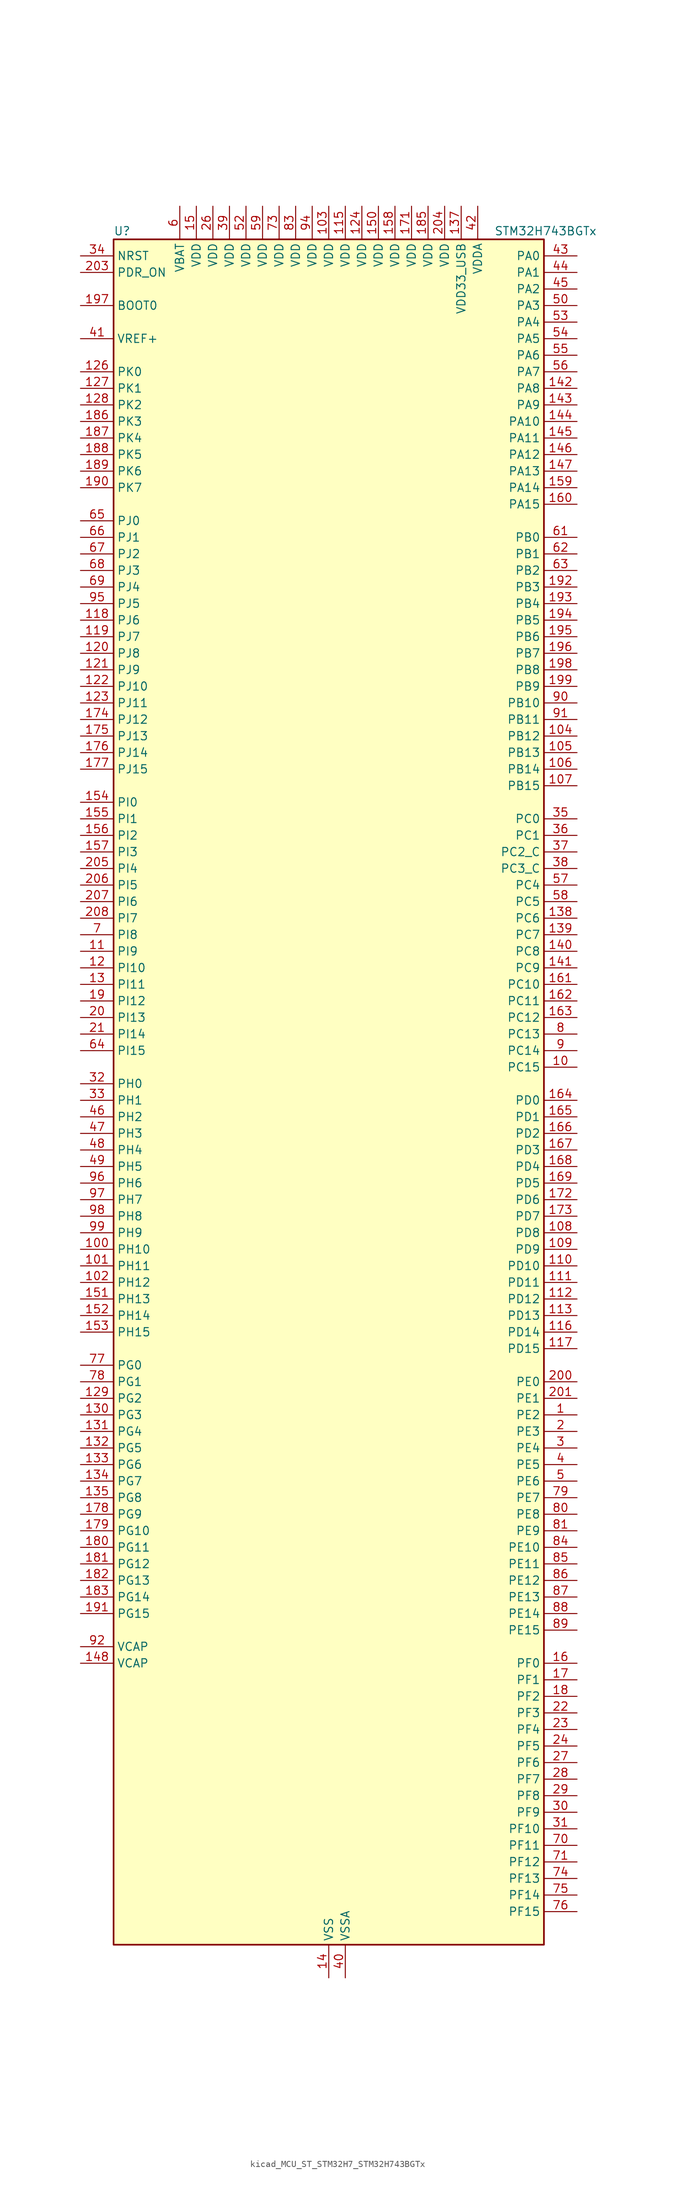
<source format=kicad_sym>
(kicad_symbol_lib
  (version 20220914)
  (generator kicad_symbol_editor)
  (symbol "kicad_MCU_ST_STM32H7_STM32H743BGTx"
    (property "Reference" "U"
      (at -33.02 133.35 0)
      (effects (font (size 1.27 1.27)) (justify left)))
    (property "Value" "STM32H743BGTx"
      (at 25.4 133.35 0)
      (effects (font (size 1.27 1.27)) (justify left)))
    (property "ki_locked" ""
      (at 0 0 0)
      (effects (font (size 1.27 1.27))))
    (symbol "kicad_MCU_ST_STM32H7_STM32H743BGTx_0_1"
      (rectangle (start -33.02 -129.54) (end 33.02 132.08) (stroke (width 0.254) (type default)) (fill (type background))))
    (symbol "kicad_MCU_ST_STM32H7_STM32H743BGTx_1_1"
      (pin bidirectional line (at 38.1 -48.26 180) (length 5.08) (name "PE2" (effects (font (size 1.27 1.27)))) (number "1" (effects (font (size 1.27 1.27)))) (alternate "DEBUG_TRACECLK" bidirectional line) (alternate "ETH_TXD3" bidirectional line) (alternate "FMC_A23" bidirectional line) (alternate "QUADSPI_BK1_IO2" bidirectional line) (alternate "SAI1_CK1" bidirectional line) (alternate "SAI1_MCLK_A" bidirectional line) (alternate "SAI4_CK1" bidirectional line) (alternate "SAI4_MCLK_A" bidirectional line) (alternate "SPI4_SCK" bidirectional line))
      (pin bidirectional line (at 38.1 5.08 180) (length 5.08) (name "PC15" (effects (font (size 1.27 1.27)))) (number "10" (effects (font (size 1.27 1.27)))) (alternate "ADC1_EXTI15" bidirectional line) (alternate "ADC2_EXTI15" bidirectional line) (alternate "ADC3_EXTI15" bidirectional line) (alternate "RCC_OSC32_OUT" bidirectional line))
      (pin bidirectional line (at -38.1 -22.86 0) (length 5.08) (name "PH10" (effects (font (size 1.27 1.27)))) (number "100" (effects (font (size 1.27 1.27)))) (alternate "DCMI_D1" bidirectional line) (alternate "FMC_D18" bidirectional line) (alternate "I2C4_SMBA" bidirectional line) (alternate "LTDC_R4" bidirectional line) (alternate "TIM5_CH1" bidirectional line))
      (pin bidirectional line (at -38.1 -25.4 0) (length 5.08) (name "PH11" (effects (font (size 1.27 1.27)))) (number "101" (effects (font (size 1.27 1.27)))) (alternate "ADC1_EXTI11" bidirectional line) (alternate "ADC2_EXTI11" bidirectional line) (alternate "ADC3_EXTI11" bidirectional line) (alternate "DCMI_D2" bidirectional line) (alternate "FMC_D19" bidirectional line) (alternate "I2C4_SCL" bidirectional line) (alternate "LTDC_R5" bidirectional line) (alternate "TIM5_CH2" bidirectional line))
      (pin bidirectional line (at -38.1 -27.94 0) (length 5.08) (name "PH12" (effects (font (size 1.27 1.27)))) (number "102" (effects (font (size 1.27 1.27)))) (alternate "DCMI_D3" bidirectional line) (alternate "FMC_D20" bidirectional line) (alternate "I2C4_SDA" bidirectional line) (alternate "LTDC_R6" bidirectional line) (alternate "TIM5_CH3" bidirectional line))
      (pin power_in line (at 0 137.16 270) (length 5.08) (name "VDD" (effects (font (size 1.27 1.27)))) (number "103" (effects (font (size 1.27 1.27)))))
      (pin bidirectional line (at 38.1 55.88 180) (length 5.08) (name "PB12" (effects (font (size 1.27 1.27)))) (number "104" (effects (font (size 1.27 1.27)))) (alternate "DFSDM1_DATIN1" bidirectional line) (alternate "ETH_TXD0" bidirectional line) (alternate "FDCAN2_RX" bidirectional line) (alternate "I2C2_SMBA" bidirectional line) (alternate "I2S2_WS" bidirectional line) (alternate "SPI2_NSS" bidirectional line) (alternate "TIM1_BKIN" bidirectional line) (alternate "TIM1_BKIN_COMP1" bidirectional line) (alternate "TIM1_BKIN_COMP2" bidirectional line) (alternate "UART5_RX" bidirectional line) (alternate "USART3_CK" bidirectional line) (alternate "USB_OTG_HS_ID" bidirectional line) (alternate "USB_OTG_HS_ULPI_D5" bidirectional line))
      (pin bidirectional line (at 38.1 53.34 180) (length 5.08) (name "PB13" (effects (font (size 1.27 1.27)))) (number "105" (effects (font (size 1.27 1.27)))) (alternate "DFSDM1_CKIN1" bidirectional line) (alternate "ETH_TXD1" bidirectional line) (alternate "FDCAN2_TX" bidirectional line) (alternate "I2S2_CK" bidirectional line) (alternate "LPTIM2_OUT" bidirectional line) (alternate "SPI2_SCK" bidirectional line) (alternate "TIM1_CH1N" bidirectional line) (alternate "UART5_TX" bidirectional line) (alternate "USART3_CTS" bidirectional line) (alternate "USART3_NSS" bidirectional line) (alternate "USB_OTG_HS_ULPI_D6" bidirectional line) (alternate "USB_OTG_HS_VBUS" bidirectional line))
      (pin bidirectional line (at 38.1 50.8 180) (length 5.08) (name "PB14" (effects (font (size 1.27 1.27)))) (number "106" (effects (font (size 1.27 1.27)))) (alternate "DFSDM1_DATIN2" bidirectional line) (alternate "I2S2_SDI" bidirectional line) (alternate "SDMMC2_D0" bidirectional line) (alternate "SPI2_MISO" bidirectional line) (alternate "TIM12_CH1" bidirectional line) (alternate "TIM1_CH2N" bidirectional line) (alternate "TIM8_CH2N" bidirectional line) (alternate "UART4_DE" bidirectional line) (alternate "UART4_RTS" bidirectional line) (alternate "USART1_TX" bidirectional line) (alternate "USART3_DE" bidirectional line) (alternate "USART3_RTS" bidirectional line) (alternate "USB_OTG_HS_DM" bidirectional line))
      (pin bidirectional line (at 38.1 48.26 180) (length 5.08) (name "PB15" (effects (font (size 1.27 1.27)))) (number "107" (effects (font (size 1.27 1.27)))) (alternate "ADC1_EXTI15" bidirectional line) (alternate "ADC2_EXTI15" bidirectional line) (alternate "ADC3_EXTI15" bidirectional line) (alternate "DFSDM1_CKIN2" bidirectional line) (alternate "I2S2_SDO" bidirectional line) (alternate "RTC_REFIN" bidirectional line) (alternate "SDMMC2_D1" bidirectional line) (alternate "SPI2_MOSI" bidirectional line) (alternate "TIM12_CH2" bidirectional line) (alternate "TIM1_CH3N" bidirectional line) (alternate "TIM8_CH3N" bidirectional line) (alternate "UART4_CTS" bidirectional line) (alternate "USART1_RX" bidirectional line) (alternate "USB_OTG_HS_DP" bidirectional line))
      (pin bidirectional line (at 38.1 -20.32 180) (length 5.08) (name "PD8" (effects (font (size 1.27 1.27)))) (number "108" (effects (font (size 1.27 1.27)))) (alternate "DFSDM1_CKIN3" bidirectional line) (alternate "FMC_D13" bidirectional line) (alternate "FMC_DA13" bidirectional line) (alternate "SAI3_SCK_B" bidirectional line) (alternate "SPDIFRX1_IN1" bidirectional line) (alternate "USART3_TX" bidirectional line))
      (pin bidirectional line (at 38.1 -22.86 180) (length 5.08) (name "PD9" (effects (font (size 1.27 1.27)))) (number "109" (effects (font (size 1.27 1.27)))) (alternate "DAC1_EXTI9" bidirectional line) (alternate "DFSDM1_DATIN3" bidirectional line) (alternate "FMC_D14" bidirectional line) (alternate "FMC_DA14" bidirectional line) (alternate "SAI3_SD_B" bidirectional line) (alternate "USART3_RX" bidirectional line))
      (pin bidirectional line (at -38.1 22.86 0) (length 5.08) (name "PI9" (effects (font (size 1.27 1.27)))) (number "11" (effects (font (size 1.27 1.27)))) (alternate "DAC1_EXTI9" bidirectional line) (alternate "FDCAN1_RX" bidirectional line) (alternate "FMC_D30" bidirectional line) (alternate "LTDC_VSYNC" bidirectional line) (alternate "UART4_RX" bidirectional line))
      (pin bidirectional line (at 38.1 -25.4 180) (length 5.08) (name "PD10" (effects (font (size 1.27 1.27)))) (number "110" (effects (font (size 1.27 1.27)))) (alternate "DFSDM1_CKOUT" bidirectional line) (alternate "FMC_D15" bidirectional line) (alternate "FMC_DA15" bidirectional line) (alternate "LTDC_B3" bidirectional line) (alternate "SAI3_FS_B" bidirectional line) (alternate "USART3_CK" bidirectional line))
      (pin bidirectional line (at 38.1 -27.94 180) (length 5.08) (name "PD11" (effects (font (size 1.27 1.27)))) (number "111" (effects (font (size 1.27 1.27)))) (alternate "ADC1_EXTI11" bidirectional line) (alternate "ADC2_EXTI11" bidirectional line) (alternate "ADC3_EXTI11" bidirectional line) (alternate "FMC_A16" bidirectional line) (alternate "FMC_CLE" bidirectional line) (alternate "I2C4_SMBA" bidirectional line) (alternate "LPTIM2_IN2" bidirectional line) (alternate "QUADSPI_BK1_IO0" bidirectional line) (alternate "SAI2_SD_A" bidirectional line) (alternate "USART3_CTS" bidirectional line) (alternate "USART3_NSS" bidirectional line))
      (pin bidirectional line (at 38.1 -30.48 180) (length 5.08) (name "PD12" (effects (font (size 1.27 1.27)))) (number "112" (effects (font (size 1.27 1.27)))) (alternate "FMC_A17" bidirectional line) (alternate "FMC_ALE" bidirectional line) (alternate "I2C4_SCL" bidirectional line) (alternate "LPTIM1_IN1" bidirectional line) (alternate "LPTIM2_IN1" bidirectional line) (alternate "QUADSPI_BK1_IO1" bidirectional line) (alternate "SAI2_FS_A" bidirectional line) (alternate "TIM4_CH1" bidirectional line) (alternate "USART3_DE" bidirectional line) (alternate "USART3_RTS" bidirectional line))
      (pin bidirectional line (at 38.1 -33.02 180) (length 5.08) (name "PD13" (effects (font (size 1.27 1.27)))) (number "113" (effects (font (size 1.27 1.27)))) (alternate "FMC_A18" bidirectional line) (alternate "I2C4_SDA" bidirectional line) (alternate "LPTIM1_OUT" bidirectional line) (alternate "QUADSPI_BK1_IO3" bidirectional line) (alternate "SAI2_SCK_A" bidirectional line) (alternate "TIM4_CH2" bidirectional line))
      (pin passive line (at 0 -134.62 90) (length 5.08) hide (name "VSS" (effects (font (size 1.27 1.27)))) (number "114" (effects (font (size 1.27 1.27)))))
      (pin power_in line (at 2.54 137.16 270) (length 5.08) (name "VDD" (effects (font (size 1.27 1.27)))) (number "115" (effects (font (size 1.27 1.27)))))
      (pin bidirectional line (at 38.1 -35.56 180) (length 5.08) (name "PD14" (effects (font (size 1.27 1.27)))) (number "116" (effects (font (size 1.27 1.27)))) (alternate "FMC_D0" bidirectional line) (alternate "FMC_DA0" bidirectional line) (alternate "SAI3_MCLK_B" bidirectional line) (alternate "TIM4_CH3" bidirectional line) (alternate "UART8_CTS" bidirectional line))
      (pin bidirectional line (at 38.1 -38.1 180) (length 5.08) (name "PD15" (effects (font (size 1.27 1.27)))) (number "117" (effects (font (size 1.27 1.27)))) (alternate "ADC1_EXTI15" bidirectional line) (alternate "ADC2_EXTI15" bidirectional line) (alternate "ADC3_EXTI15" bidirectional line) (alternate "FMC_D1" bidirectional line) (alternate "FMC_DA1" bidirectional line) (alternate "SAI3_MCLK_A" bidirectional line) (alternate "TIM4_CH4" bidirectional line) (alternate "UART8_DE" bidirectional line) (alternate "UART8_RTS" bidirectional line))
      (pin bidirectional line (at -38.1 73.66 0) (length 5.08) (name "PJ6" (effects (font (size 1.27 1.27)))) (number "118" (effects (font (size 1.27 1.27)))) (alternate "LTDC_R7" bidirectional line) (alternate "TIM8_CH2" bidirectional line))
      (pin bidirectional line (at -38.1 71.12 0) (length 5.08) (name "PJ7" (effects (font (size 1.27 1.27)))) (number "119" (effects (font (size 1.27 1.27)))) (alternate "DEBUG_TRGIN" bidirectional line) (alternate "LTDC_G0" bidirectional line) (alternate "TIM8_CH2N" bidirectional line))
      (pin bidirectional line (at -38.1 20.32 0) (length 5.08) (name "PI10" (effects (font (size 1.27 1.27)))) (number "12" (effects (font (size 1.27 1.27)))) (alternate "ETH_RX_ER" bidirectional line) (alternate "FMC_D31" bidirectional line) (alternate "LTDC_HSYNC" bidirectional line))
      (pin bidirectional line (at -38.1 68.58 0) (length 5.08) (name "PJ8" (effects (font (size 1.27 1.27)))) (number "120" (effects (font (size 1.27 1.27)))) (alternate "LTDC_G1" bidirectional line) (alternate "TIM1_CH3N" bidirectional line) (alternate "TIM8_CH1" bidirectional line) (alternate "UART8_TX" bidirectional line))
      (pin bidirectional line (at -38.1 66.04 0) (length 5.08) (name "PJ9" (effects (font (size 1.27 1.27)))) (number "121" (effects (font (size 1.27 1.27)))) (alternate "DAC1_EXTI9" bidirectional line) (alternate "LTDC_G2" bidirectional line) (alternate "TIM1_CH3" bidirectional line) (alternate "TIM8_CH1N" bidirectional line) (alternate "UART8_RX" bidirectional line))
      (pin bidirectional line (at -38.1 63.5 0) (length 5.08) (name "PJ10" (effects (font (size 1.27 1.27)))) (number "122" (effects (font (size 1.27 1.27)))) (alternate "LTDC_G3" bidirectional line) (alternate "SPI5_MOSI" bidirectional line) (alternate "TIM1_CH2N" bidirectional line) (alternate "TIM8_CH2" bidirectional line))
      (pin bidirectional line (at -38.1 60.96 0) (length 5.08) (name "PJ11" (effects (font (size 1.27 1.27)))) (number "123" (effects (font (size 1.27 1.27)))) (alternate "ADC1_EXTI11" bidirectional line) (alternate "ADC2_EXTI11" bidirectional line) (alternate "ADC3_EXTI11" bidirectional line) (alternate "LTDC_G4" bidirectional line) (alternate "SPI5_MISO" bidirectional line) (alternate "TIM1_CH2" bidirectional line) (alternate "TIM8_CH2N" bidirectional line))
      (pin power_in line (at 5.08 137.16 270) (length 5.08) (name "VDD" (effects (font (size 1.27 1.27)))) (number "124" (effects (font (size 1.27 1.27)))))
      (pin passive line (at 0 -134.62 90) (length 5.08) hide (name "VSS" (effects (font (size 1.27 1.27)))) (number "125" (effects (font (size 1.27 1.27)))))
      (pin bidirectional line (at -38.1 111.76 0) (length 5.08) (name "PK0" (effects (font (size 1.27 1.27)))) (number "126" (effects (font (size 1.27 1.27)))) (alternate "LTDC_G5" bidirectional line) (alternate "SPI5_SCK" bidirectional line) (alternate "TIM1_CH1N" bidirectional line) (alternate "TIM8_CH3" bidirectional line))
      (pin bidirectional line (at -38.1 109.22 0) (length 5.08) (name "PK1" (effects (font (size 1.27 1.27)))) (number "127" (effects (font (size 1.27 1.27)))) (alternate "LTDC_G6" bidirectional line) (alternate "SPI5_NSS" bidirectional line) (alternate "TIM1_CH1" bidirectional line) (alternate "TIM8_CH3N" bidirectional line))
      (pin bidirectional line (at -38.1 106.68 0) (length 5.08) (name "PK2" (effects (font (size 1.27 1.27)))) (number "128" (effects (font (size 1.27 1.27)))) (alternate "LTDC_G7" bidirectional line) (alternate "TIM1_BKIN" bidirectional line) (alternate "TIM1_BKIN_COMP1" bidirectional line) (alternate "TIM1_BKIN_COMP2" bidirectional line) (alternate "TIM8_BKIN" bidirectional line) (alternate "TIM8_BKIN_COMP1" bidirectional line) (alternate "TIM8_BKIN_COMP2" bidirectional line))
      (pin bidirectional line (at -38.1 -45.72 0) (length 5.08) (name "PG2" (effects (font (size 1.27 1.27)))) (number "129" (effects (font (size 1.27 1.27)))) (alternate "FMC_A12" bidirectional line) (alternate "TIM8_BKIN" bidirectional line) (alternate "TIM8_BKIN_COMP1" bidirectional line) (alternate "TIM8_BKIN_COMP2" bidirectional line))
      (pin bidirectional line (at -38.1 17.78 0) (length 5.08) (name "PI11" (effects (font (size 1.27 1.27)))) (number "13" (effects (font (size 1.27 1.27)))) (alternate "ADC1_EXTI11" bidirectional line) (alternate "ADC2_EXTI11" bidirectional line) (alternate "ADC3_EXTI11" bidirectional line) (alternate "LTDC_G6" bidirectional line) (alternate "PWR_WKUP4" bidirectional line) (alternate "USB_OTG_HS_ULPI_DIR" bidirectional line))
      (pin bidirectional line (at -38.1 -48.26 0) (length 5.08) (name "PG3" (effects (font (size 1.27 1.27)))) (number "130" (effects (font (size 1.27 1.27)))) (alternate "FMC_A13" bidirectional line) (alternate "TIM8_BKIN2" bidirectional line) (alternate "TIM8_BKIN2_COMP1" bidirectional line) (alternate "TIM8_BKIN2_COMP2" bidirectional line))
      (pin bidirectional line (at -38.1 -50.8 0) (length 5.08) (name "PG4" (effects (font (size 1.27 1.27)))) (number "131" (effects (font (size 1.27 1.27)))) (alternate "FMC_A14" bidirectional line) (alternate "FMC_BA0" bidirectional line) (alternate "TIM1_BKIN2" bidirectional line) (alternate "TIM1_BKIN2_COMP1" bidirectional line) (alternate "TIM1_BKIN2_COMP2" bidirectional line))
      (pin bidirectional line (at -38.1 -53.34 0) (length 5.08) (name "PG5" (effects (font (size 1.27 1.27)))) (number "132" (effects (font (size 1.27 1.27)))) (alternate "FMC_A15" bidirectional line) (alternate "FMC_BA1" bidirectional line) (alternate "TIM1_ETR" bidirectional line))
      (pin bidirectional line (at -38.1 -55.88 0) (length 5.08) (name "PG6" (effects (font (size 1.27 1.27)))) (number "133" (effects (font (size 1.27 1.27)))) (alternate "DCMI_D12" bidirectional line) (alternate "FMC_NE3" bidirectional line) (alternate "HRTIM_CHE1" bidirectional line) (alternate "LTDC_R7" bidirectional line) (alternate "QUADSPI_BK1_NCS" bidirectional line) (alternate "TIM17_BKIN" bidirectional line))
      (pin bidirectional line (at -38.1 -58.42 0) (length 5.08) (name "PG7" (effects (font (size 1.27 1.27)))) (number "134" (effects (font (size 1.27 1.27)))) (alternate "DCMI_D13" bidirectional line) (alternate "FMC_INT" bidirectional line) (alternate "HRTIM_CHE2" bidirectional line) (alternate "LTDC_CLK" bidirectional line) (alternate "SAI1_MCLK_A" bidirectional line) (alternate "USART6_CK" bidirectional line))
      (pin bidirectional line (at -38.1 -60.96 0) (length 5.08) (name "PG8" (effects (font (size 1.27 1.27)))) (number "135" (effects (font (size 1.27 1.27)))) (alternate "ETH_PPS_OUT" bidirectional line) (alternate "FMC_SDCLK" bidirectional line) (alternate "LTDC_G7" bidirectional line) (alternate "SPDIFRX1_IN2" bidirectional line) (alternate "SPI6_NSS" bidirectional line) (alternate "TIM8_ETR" bidirectional line) (alternate "USART6_DE" bidirectional line) (alternate "USART6_RTS" bidirectional line))
      (pin passive line (at 0 -134.62 90) (length 5.08) hide (name "VSS" (effects (font (size 1.27 1.27)))) (number "136" (effects (font (size 1.27 1.27)))))
      (pin power_in line (at 20.32 137.16 270) (length 5.08) (name "VDD33_USB" (effects (font (size 1.27 1.27)))) (number "137" (effects (font (size 1.27 1.27)))))
      (pin bidirectional line (at 38.1 27.94 180) (length 5.08) (name "PC6" (effects (font (size 1.27 1.27)))) (number "138" (effects (font (size 1.27 1.27)))) (alternate "DCMI_D0" bidirectional line) (alternate "DFSDM1_CKIN3" bidirectional line) (alternate "FMC_NWAIT" bidirectional line) (alternate "HRTIM_CHA1" bidirectional line) (alternate "I2S2_MCK" bidirectional line) (alternate "LTDC_HSYNC" bidirectional line) (alternate "SDMMC1_D0DIR" bidirectional line) (alternate "SDMMC1_D6" bidirectional line) (alternate "SDMMC2_D6" bidirectional line) (alternate "SWPMI1_IO" bidirectional line) (alternate "TIM3_CH1" bidirectional line) (alternate "TIM8_CH1" bidirectional line) (alternate "USART6_TX" bidirectional line))
      (pin bidirectional line (at 38.1 25.4 180) (length 5.08) (name "PC7" (effects (font (size 1.27 1.27)))) (number "139" (effects (font (size 1.27 1.27)))) (alternate "DCMI_D1" bidirectional line) (alternate "DEBUG_TRGIO" bidirectional line) (alternate "DFSDM1_DATIN3" bidirectional line) (alternate "FMC_NE1" bidirectional line) (alternate "HRTIM_CHA2" bidirectional line) (alternate "I2S3_MCK" bidirectional line) (alternate "LTDC_G6" bidirectional line) (alternate "SDMMC1_D123DIR" bidirectional line) (alternate "SDMMC1_D7" bidirectional line) (alternate "SDMMC2_D7" bidirectional line) (alternate "SWPMI1_TX" bidirectional line) (alternate "TIM3_CH2" bidirectional line) (alternate "TIM8_CH2" bidirectional line) (alternate "USART6_RX" bidirectional line))
      (pin power_in line (at 0 -134.62 90) (length 5.08) (name "VSS" (effects (font (size 1.27 1.27)))) (number "14" (effects (font (size 1.27 1.27)))))
      (pin bidirectional line (at 38.1 22.86 180) (length 5.08) (name "PC8" (effects (font (size 1.27 1.27)))) (number "140" (effects (font (size 1.27 1.27)))) (alternate "DCMI_D2" bidirectional line) (alternate "DEBUG_TRACED1" bidirectional line) (alternate "FMC_NCE" bidirectional line) (alternate "FMC_NE2" bidirectional line) (alternate "HRTIM_CHB1" bidirectional line) (alternate "SDMMC1_D0" bidirectional line) (alternate "SWPMI1_RX" bidirectional line) (alternate "TIM3_CH3" bidirectional line) (alternate "TIM8_CH3" bidirectional line) (alternate "UART5_DE" bidirectional line) (alternate "UART5_RTS" bidirectional line) (alternate "USART6_CK" bidirectional line))
      (pin bidirectional line (at 38.1 20.32 180) (length 5.08) (name "PC9" (effects (font (size 1.27 1.27)))) (number "141" (effects (font (size 1.27 1.27)))) (alternate "DAC1_EXTI9" bidirectional line) (alternate "DCMI_D3" bidirectional line) (alternate "I2C3_SDA" bidirectional line) (alternate "I2S_CKIN" bidirectional line) (alternate "LTDC_B2" bidirectional line) (alternate "LTDC_G3" bidirectional line) (alternate "QUADSPI_BK1_IO0" bidirectional line) (alternate "RCC_MCO_2" bidirectional line) (alternate "SDMMC1_D1" bidirectional line) (alternate "SWPMI1_SUSPEND" bidirectional line) (alternate "TIM3_CH4" bidirectional line) (alternate "TIM8_CH4" bidirectional line) (alternate "UART5_CTS" bidirectional line))
      (pin bidirectional line (at 38.1 109.22 180) (length 5.08) (name "PA8" (effects (font (size 1.27 1.27)))) (number "142" (effects (font (size 1.27 1.27)))) (alternate "HRTIM_CHB2" bidirectional line) (alternate "I2C3_SCL" bidirectional line) (alternate "LTDC_B3" bidirectional line) (alternate "LTDC_R6" bidirectional line) (alternate "RCC_MCO_1" bidirectional line) (alternate "TIM1_CH1" bidirectional line) (alternate "TIM8_BKIN2" bidirectional line) (alternate "TIM8_BKIN2_COMP1" bidirectional line) (alternate "TIM8_BKIN2_COMP2" bidirectional line) (alternate "UART7_RX" bidirectional line) (alternate "USART1_CK" bidirectional line) (alternate "USB_OTG_FS_SOF" bidirectional line))
      (pin bidirectional line (at 38.1 106.68 180) (length 5.08) (name "PA9" (effects (font (size 1.27 1.27)))) (number "143" (effects (font (size 1.27 1.27)))) (alternate "DAC1_EXTI9" bidirectional line) (alternate "DCMI_D0" bidirectional line) (alternate "HRTIM_CHC1" bidirectional line) (alternate "I2C3_SMBA" bidirectional line) (alternate "I2S2_CK" bidirectional line) (alternate "LPUART1_TX" bidirectional line) (alternate "LTDC_R5" bidirectional line) (alternate "SPI2_SCK" bidirectional line) (alternate "TIM1_CH2" bidirectional line) (alternate "USART1_TX" bidirectional line) (alternate "USB_OTG_FS_VBUS" bidirectional line))
      (pin bidirectional line (at 38.1 104.14 180) (length 5.08) (name "PA10" (effects (font (size 1.27 1.27)))) (number "144" (effects (font (size 1.27 1.27)))) (alternate "DCMI_D1" bidirectional line) (alternate "HRTIM_CHC2" bidirectional line) (alternate "LPUART1_RX" bidirectional line) (alternate "LTDC_B1" bidirectional line) (alternate "LTDC_B4" bidirectional line) (alternate "MDIOS_MDIO" bidirectional line) (alternate "TIM1_CH3" bidirectional line) (alternate "USART1_RX" bidirectional line) (alternate "USB_OTG_FS_ID" bidirectional line))
      (pin bidirectional line (at 38.1 101.6 180) (length 5.08) (name "PA11" (effects (font (size 1.27 1.27)))) (number "145" (effects (font (size 1.27 1.27)))) (alternate "ADC1_EXTI11" bidirectional line) (alternate "ADC2_EXTI11" bidirectional line) (alternate "ADC3_EXTI11" bidirectional line) (alternate "FDCAN1_RX" bidirectional line) (alternate "HRTIM_CHD1" bidirectional line) (alternate "I2S2_WS" bidirectional line) (alternate "LPUART1_CTS" bidirectional line) (alternate "LTDC_R4" bidirectional line) (alternate "SPI2_NSS" bidirectional line) (alternate "TIM1_CH4" bidirectional line) (alternate "UART4_RX" bidirectional line) (alternate "USART1_CTS" bidirectional line) (alternate "USART1_NSS" bidirectional line) (alternate "USB_OTG_FS_DM" bidirectional line))
      (pin bidirectional line (at 38.1 99.06 180) (length 5.08) (name "PA12" (effects (font (size 1.27 1.27)))) (number "146" (effects (font (size 1.27 1.27)))) (alternate "FDCAN1_TX" bidirectional line) (alternate "HRTIM_CHD2" bidirectional line) (alternate "I2S2_CK" bidirectional line) (alternate "LPUART1_DE" bidirectional line) (alternate "LPUART1_RTS" bidirectional line) (alternate "LTDC_R5" bidirectional line) (alternate "SAI2_FS_B" bidirectional line) (alternate "SPI2_SCK" bidirectional line) (alternate "TIM1_ETR" bidirectional line) (alternate "UART4_TX" bidirectional line) (alternate "USART1_DE" bidirectional line) (alternate "USART1_RTS" bidirectional line) (alternate "USB_OTG_FS_DP" bidirectional line))
      (pin bidirectional line (at 38.1 96.52 180) (length 5.08) (name "PA13" (effects (font (size 1.27 1.27)))) (number "147" (effects (font (size 1.27 1.27)))) (alternate "DEBUG_JTMS-SWDIO" bidirectional line))
      (pin power_out line (at -38.1 -86.36 0) (length 5.08) (name "VCAP" (effects (font (size 1.27 1.27)))) (number "148" (effects (font (size 1.27 1.27)))))
      (pin passive line (at 0 -134.62 90) (length 5.08) hide (name "VSS" (effects (font (size 1.27 1.27)))) (number "149" (effects (font (size 1.27 1.27)))))
      (pin power_in line (at -20.32 137.16 270) (length 5.08) (name "VDD" (effects (font (size 1.27 1.27)))) (number "15" (effects (font (size 1.27 1.27)))))
      (pin power_in line (at 7.62 137.16 270) (length 5.08) (name "VDD" (effects (font (size 1.27 1.27)))) (number "150" (effects (font (size 1.27 1.27)))))
      (pin bidirectional line (at -38.1 -30.48 0) (length 5.08) (name "PH13" (effects (font (size 1.27 1.27)))) (number "151" (effects (font (size 1.27 1.27)))) (alternate "FDCAN1_TX" bidirectional line) (alternate "FMC_D21" bidirectional line) (alternate "LTDC_G2" bidirectional line) (alternate "TIM8_CH1N" bidirectional line) (alternate "UART4_TX" bidirectional line))
      (pin bidirectional line (at -38.1 -33.02 0) (length 5.08) (name "PH14" (effects (font (size 1.27 1.27)))) (number "152" (effects (font (size 1.27 1.27)))) (alternate "DCMI_D4" bidirectional line) (alternate "FDCAN1_RX" bidirectional line) (alternate "FMC_D22" bidirectional line) (alternate "LTDC_G3" bidirectional line) (alternate "TIM8_CH2N" bidirectional line) (alternate "UART4_RX" bidirectional line))
      (pin bidirectional line (at -38.1 -35.56 0) (length 5.08) (name "PH15" (effects (font (size 1.27 1.27)))) (number "153" (effects (font (size 1.27 1.27)))) (alternate "ADC1_EXTI15" bidirectional line) (alternate "ADC2_EXTI15" bidirectional line) (alternate "ADC3_EXTI15" bidirectional line) (alternate "DCMI_D11" bidirectional line) (alternate "FMC_D23" bidirectional line) (alternate "LTDC_G4" bidirectional line) (alternate "TIM8_CH3N" bidirectional line))
      (pin bidirectional line (at -38.1 45.72 0) (length 5.08) (name "PI0" (effects (font (size 1.27 1.27)))) (number "154" (effects (font (size 1.27 1.27)))) (alternate "DCMI_D13" bidirectional line) (alternate "FMC_D24" bidirectional line) (alternate "I2S2_WS" bidirectional line) (alternate "LTDC_G5" bidirectional line) (alternate "SPI2_NSS" bidirectional line) (alternate "TIM5_CH4" bidirectional line))
      (pin bidirectional line (at -38.1 43.18 0) (length 5.08) (name "PI1" (effects (font (size 1.27 1.27)))) (number "155" (effects (font (size 1.27 1.27)))) (alternate "DCMI_D8" bidirectional line) (alternate "FMC_D25" bidirectional line) (alternate "I2S2_CK" bidirectional line) (alternate "LTDC_G6" bidirectional line) (alternate "SPI2_SCK" bidirectional line) (alternate "TIM8_BKIN2" bidirectional line) (alternate "TIM8_BKIN2_COMP1" bidirectional line) (alternate "TIM8_BKIN2_COMP2" bidirectional line))
      (pin bidirectional line (at -38.1 40.64 0) (length 5.08) (name "PI2" (effects (font (size 1.27 1.27)))) (number "156" (effects (font (size 1.27 1.27)))) (alternate "DCMI_D9" bidirectional line) (alternate "FMC_D26" bidirectional line) (alternate "I2S2_SDI" bidirectional line) (alternate "LTDC_G7" bidirectional line) (alternate "SPI2_MISO" bidirectional line) (alternate "TIM8_CH4" bidirectional line))
      (pin bidirectional line (at -38.1 38.1 0) (length 5.08) (name "PI3" (effects (font (size 1.27 1.27)))) (number "157" (effects (font (size 1.27 1.27)))) (alternate "DCMI_D10" bidirectional line) (alternate "FMC_D27" bidirectional line) (alternate "I2S2_SDO" bidirectional line) (alternate "SPI2_MOSI" bidirectional line) (alternate "TIM8_ETR" bidirectional line))
      (pin power_in line (at 10.16 137.16 270) (length 5.08) (name "VDD" (effects (font (size 1.27 1.27)))) (number "158" (effects (font (size 1.27 1.27)))))
      (pin bidirectional line (at 38.1 93.98 180) (length 5.08) (name "PA14" (effects (font (size 1.27 1.27)))) (number "159" (effects (font (size 1.27 1.27)))) (alternate "DEBUG_JTCK-SWCLK" bidirectional line))
      (pin bidirectional line (at 38.1 -86.36 180) (length 5.08) (name "PF0" (effects (font (size 1.27 1.27)))) (number "16" (effects (font (size 1.27 1.27)))) (alternate "FMC_A0" bidirectional line) (alternate "I2C2_SDA" bidirectional line))
      (pin bidirectional line (at 38.1 91.44 180) (length 5.08) (name "PA15" (effects (font (size 1.27 1.27)))) (number "160" (effects (font (size 1.27 1.27)))) (alternate "ADC1_EXTI15" bidirectional line) (alternate "ADC2_EXTI15" bidirectional line) (alternate "ADC3_EXTI15" bidirectional line) (alternate "CEC" bidirectional line) (alternate "DEBUG_JTDI" bidirectional line) (alternate "HRTIM_FLT1" bidirectional line) (alternate "I2S1_WS" bidirectional line) (alternate "I2S3_WS" bidirectional line) (alternate "SPI1_NSS" bidirectional line) (alternate "SPI3_NSS" bidirectional line) (alternate "SPI6_NSS" bidirectional line) (alternate "TIM2_CH1" bidirectional line) (alternate "TIM2_ETR" bidirectional line) (alternate "UART4_DE" bidirectional line) (alternate "UART4_RTS" bidirectional line) (alternate "UART7_TX" bidirectional line))
      (pin bidirectional line (at 38.1 17.78 180) (length 5.08) (name "PC10" (effects (font (size 1.27 1.27)))) (number "161" (effects (font (size 1.27 1.27)))) (alternate "DCMI_D8" bidirectional line) (alternate "DFSDM1_CKIN5" bidirectional line) (alternate "HRTIM_EEV1" bidirectional line) (alternate "I2S3_CK" bidirectional line) (alternate "LTDC_R2" bidirectional line) (alternate "QUADSPI_BK1_IO1" bidirectional line) (alternate "SDMMC1_D2" bidirectional line) (alternate "SPI3_SCK" bidirectional line) (alternate "UART4_TX" bidirectional line) (alternate "USART3_TX" bidirectional line))
      (pin bidirectional line (at 38.1 15.24 180) (length 5.08) (name "PC11" (effects (font (size 1.27 1.27)))) (number "162" (effects (font (size 1.27 1.27)))) (alternate "ADC1_EXTI11" bidirectional line) (alternate "ADC2_EXTI11" bidirectional line) (alternate "ADC3_EXTI11" bidirectional line) (alternate "DCMI_D4" bidirectional line) (alternate "DFSDM1_DATIN5" bidirectional line) (alternate "HRTIM_FLT2" bidirectional line) (alternate "I2S3_SDI" bidirectional line) (alternate "QUADSPI_BK2_NCS" bidirectional line) (alternate "SDMMC1_D3" bidirectional line) (alternate "SPI3_MISO" bidirectional line) (alternate "UART4_RX" bidirectional line) (alternate "USART3_RX" bidirectional line))
      (pin bidirectional line (at 38.1 12.7 180) (length 5.08) (name "PC12" (effects (font (size 1.27 1.27)))) (number "163" (effects (font (size 1.27 1.27)))) (alternate "DCMI_D9" bidirectional line) (alternate "DEBUG_TRACED3" bidirectional line) (alternate "HRTIM_EEV2" bidirectional line) (alternate "I2S3_SDO" bidirectional line) (alternate "SDMMC1_CK" bidirectional line) (alternate "SPI3_MOSI" bidirectional line) (alternate "UART5_TX" bidirectional line) (alternate "USART3_CK" bidirectional line))
      (pin bidirectional line (at 38.1 0 180) (length 5.08) (name "PD0" (effects (font (size 1.27 1.27)))) (number "164" (effects (font (size 1.27 1.27)))) (alternate "DFSDM1_CKIN6" bidirectional line) (alternate "FDCAN1_RX" bidirectional line) (alternate "FMC_D2" bidirectional line) (alternate "FMC_DA2" bidirectional line) (alternate "SAI3_SCK_A" bidirectional line) (alternate "UART4_RX" bidirectional line))
      (pin bidirectional line (at 38.1 -2.54 180) (length 5.08) (name "PD1" (effects (font (size 1.27 1.27)))) (number "165" (effects (font (size 1.27 1.27)))) (alternate "DFSDM1_DATIN6" bidirectional line) (alternate "FDCAN1_TX" bidirectional line) (alternate "FMC_D3" bidirectional line) (alternate "FMC_DA3" bidirectional line) (alternate "SAI3_SD_A" bidirectional line) (alternate "UART4_TX" bidirectional line))
      (pin bidirectional line (at 38.1 -5.08 180) (length 5.08) (name "PD2" (effects (font (size 1.27 1.27)))) (number "166" (effects (font (size 1.27 1.27)))) (alternate "DCMI_D11" bidirectional line) (alternate "DEBUG_TRACED2" bidirectional line) (alternate "SDMMC1_CMD" bidirectional line) (alternate "TIM3_ETR" bidirectional line) (alternate "UART5_RX" bidirectional line))
      (pin bidirectional line (at 38.1 -7.62 180) (length 5.08) (name "PD3" (effects (font (size 1.27 1.27)))) (number "167" (effects (font (size 1.27 1.27)))) (alternate "DCMI_D5" bidirectional line) (alternate "DFSDM1_CKOUT" bidirectional line) (alternate "FMC_CLK" bidirectional line) (alternate "I2S2_CK" bidirectional line) (alternate "LTDC_G7" bidirectional line) (alternate "SPI2_SCK" bidirectional line) (alternate "USART2_CTS" bidirectional line) (alternate "USART2_NSS" bidirectional line))
      (pin bidirectional line (at 38.1 -10.16 180) (length 5.08) (name "PD4" (effects (font (size 1.27 1.27)))) (number "168" (effects (font (size 1.27 1.27)))) (alternate "FMC_NOE" bidirectional line) (alternate "HRTIM_FLT3" bidirectional line) (alternate "SAI3_FS_A" bidirectional line) (alternate "USART2_DE" bidirectional line) (alternate "USART2_RTS" bidirectional line))
      (pin bidirectional line (at 38.1 -12.7 180) (length 5.08) (name "PD5" (effects (font (size 1.27 1.27)))) (number "169" (effects (font (size 1.27 1.27)))) (alternate "FMC_NWE" bidirectional line) (alternate "HRTIM_EEV3" bidirectional line) (alternate "USART2_TX" bidirectional line))
      (pin bidirectional line (at 38.1 -88.9 180) (length 5.08) (name "PF1" (effects (font (size 1.27 1.27)))) (number "17" (effects (font (size 1.27 1.27)))) (alternate "FMC_A1" bidirectional line) (alternate "I2C2_SCL" bidirectional line))
      (pin passive line (at 0 -134.62 90) (length 5.08) hide (name "VSS" (effects (font (size 1.27 1.27)))) (number "170" (effects (font (size 1.27 1.27)))))
      (pin power_in line (at 12.7 137.16 270) (length 5.08) (name "VDD" (effects (font (size 1.27 1.27)))) (number "171" (effects (font (size 1.27 1.27)))))
      (pin bidirectional line (at 38.1 -15.24 180) (length 5.08) (name "PD6" (effects (font (size 1.27 1.27)))) (number "172" (effects (font (size 1.27 1.27)))) (alternate "DCMI_D10" bidirectional line) (alternate "DFSDM1_CKIN4" bidirectional line) (alternate "DFSDM1_DATIN1" bidirectional line) (alternate "FMC_NWAIT" bidirectional line) (alternate "I2S3_SDO" bidirectional line) (alternate "LTDC_B2" bidirectional line) (alternate "SAI1_D1" bidirectional line) (alternate "SAI1_SD_A" bidirectional line) (alternate "SAI4_D1" bidirectional line) (alternate "SAI4_SD_A" bidirectional line) (alternate "SDMMC2_CK" bidirectional line) (alternate "SPI3_MOSI" bidirectional line) (alternate "USART2_RX" bidirectional line))
      (pin bidirectional line (at 38.1 -17.78 180) (length 5.08) (name "PD7" (effects (font (size 1.27 1.27)))) (number "173" (effects (font (size 1.27 1.27)))) (alternate "DFSDM1_CKIN1" bidirectional line) (alternate "DFSDM1_DATIN4" bidirectional line) (alternate "FMC_NE1" bidirectional line) (alternate "I2S1_SDO" bidirectional line) (alternate "SDMMC2_CMD" bidirectional line) (alternate "SPDIFRX1_IN0" bidirectional line) (alternate "SPI1_MOSI" bidirectional line) (alternate "USART2_CK" bidirectional line))
      (pin bidirectional line (at -38.1 58.42 0) (length 5.08) (name "PJ12" (effects (font (size 1.27 1.27)))) (number "174" (effects (font (size 1.27 1.27)))) (alternate "DEBUG_TRGOUT" bidirectional line) (alternate "LTDC_B0" bidirectional line) (alternate "LTDC_G3" bidirectional line))
      (pin bidirectional line (at -38.1 55.88 0) (length 5.08) (name "PJ13" (effects (font (size 1.27 1.27)))) (number "175" (effects (font (size 1.27 1.27)))) (alternate "LTDC_B1" bidirectional line) (alternate "LTDC_B4" bidirectional line))
      (pin bidirectional line (at -38.1 53.34 0) (length 5.08) (name "PJ14" (effects (font (size 1.27 1.27)))) (number "176" (effects (font (size 1.27 1.27)))) (alternate "LTDC_B2" bidirectional line))
      (pin bidirectional line (at -38.1 50.8 0) (length 5.08) (name "PJ15" (effects (font (size 1.27 1.27)))) (number "177" (effects (font (size 1.27 1.27)))) (alternate "ADC1_EXTI15" bidirectional line) (alternate "ADC2_EXTI15" bidirectional line) (alternate "ADC3_EXTI15" bidirectional line) (alternate "LTDC_B3" bidirectional line))
      (pin bidirectional line (at -38.1 -63.5 0) (length 5.08) (name "PG9" (effects (font (size 1.27 1.27)))) (number "178" (effects (font (size 1.27 1.27)))) (alternate "DAC1_EXTI9" bidirectional line) (alternate "DCMI_VSYNC" bidirectional line) (alternate "FMC_NCE" bidirectional line) (alternate "FMC_NE2" bidirectional line) (alternate "I2S1_SDI" bidirectional line) (alternate "QUADSPI_BK2_IO2" bidirectional line) (alternate "SAI2_FS_B" bidirectional line) (alternate "SPDIFRX1_IN3" bidirectional line) (alternate "SPI1_MISO" bidirectional line) (alternate "USART6_RX" bidirectional line))
      (pin bidirectional line (at -38.1 -66.04 0) (length 5.08) (name "PG10" (effects (font (size 1.27 1.27)))) (number "179" (effects (font (size 1.27 1.27)))) (alternate "DCMI_D2" bidirectional line) (alternate "FMC_NE3" bidirectional line) (alternate "HRTIM_FLT5" bidirectional line) (alternate "I2S1_WS" bidirectional line) (alternate "LTDC_B2" bidirectional line) (alternate "LTDC_G3" bidirectional line) (alternate "SAI2_SD_B" bidirectional line) (alternate "SPI1_NSS" bidirectional line))
      (pin bidirectional line (at 38.1 -91.44 180) (length 5.08) (name "PF2" (effects (font (size 1.27 1.27)))) (number "18" (effects (font (size 1.27 1.27)))) (alternate "FMC_A2" bidirectional line) (alternate "I2C2_SMBA" bidirectional line))
      (pin bidirectional line (at -38.1 -68.58 0) (length 5.08) (name "PG11" (effects (font (size 1.27 1.27)))) (number "180" (effects (font (size 1.27 1.27)))) (alternate "ADC1_EXTI11" bidirectional line) (alternate "ADC2_EXTI11" bidirectional line) (alternate "ADC3_EXTI11" bidirectional line) (alternate "DCMI_D3" bidirectional line) (alternate "ETH_TX_EN" bidirectional line) (alternate "HRTIM_EEV4" bidirectional line) (alternate "I2S1_CK" bidirectional line) (alternate "LPTIM1_IN2" bidirectional line) (alternate "LTDC_B3" bidirectional line) (alternate "SDMMC2_D2" bidirectional line) (alternate "SPDIFRX1_IN0" bidirectional line) (alternate "SPI1_SCK" bidirectional line))
      (pin bidirectional line (at -38.1 -71.12 0) (length 5.08) (name "PG12" (effects (font (size 1.27 1.27)))) (number "181" (effects (font (size 1.27 1.27)))) (alternate "ETH_TXD1" bidirectional line) (alternate "FMC_NE4" bidirectional line) (alternate "HRTIM_EEV5" bidirectional line) (alternate "LPTIM1_IN1" bidirectional line) (alternate "LTDC_B1" bidirectional line) (alternate "LTDC_B4" bidirectional line) (alternate "SPDIFRX1_IN1" bidirectional line) (alternate "SPI6_MISO" bidirectional line) (alternate "USART6_DE" bidirectional line) (alternate "USART6_RTS" bidirectional line))
      (pin bidirectional line (at -38.1 -73.66 0) (length 5.08) (name "PG13" (effects (font (size 1.27 1.27)))) (number "182" (effects (font (size 1.27 1.27)))) (alternate "DEBUG_TRACED0" bidirectional line) (alternate "ETH_TXD0" bidirectional line) (alternate "FMC_A24" bidirectional line) (alternate "HRTIM_EEV10" bidirectional line) (alternate "LPTIM1_OUT" bidirectional line) (alternate "LTDC_R0" bidirectional line) (alternate "SPI6_SCK" bidirectional line) (alternate "USART6_CTS" bidirectional line) (alternate "USART6_NSS" bidirectional line))
      (pin bidirectional line (at -38.1 -76.2 0) (length 5.08) (name "PG14" (effects (font (size 1.27 1.27)))) (number "183" (effects (font (size 1.27 1.27)))) (alternate "DEBUG_TRACED1" bidirectional line) (alternate "ETH_TXD1" bidirectional line) (alternate "FMC_A25" bidirectional line) (alternate "LPTIM1_ETR" bidirectional line) (alternate "LTDC_B0" bidirectional line) (alternate "QUADSPI_BK2_IO3" bidirectional line) (alternate "SPI6_MOSI" bidirectional line) (alternate "USART6_TX" bidirectional line))
      (pin passive line (at 0 -134.62 90) (length 5.08) hide (name "VSS" (effects (font (size 1.27 1.27)))) (number "184" (effects (font (size 1.27 1.27)))))
      (pin power_in line (at 15.24 137.16 270) (length 5.08) (name "VDD" (effects (font (size 1.27 1.27)))) (number "185" (effects (font (size 1.27 1.27)))))
      (pin bidirectional line (at -38.1 104.14 0) (length 5.08) (name "PK3" (effects (font (size 1.27 1.27)))) (number "186" (effects (font (size 1.27 1.27)))) (alternate "LTDC_B4" bidirectional line))
      (pin bidirectional line (at -38.1 101.6 0) (length 5.08) (name "PK4" (effects (font (size 1.27 1.27)))) (number "187" (effects (font (size 1.27 1.27)))) (alternate "LTDC_B5" bidirectional line))
      (pin bidirectional line (at -38.1 99.06 0) (length 5.08) (name "PK5" (effects (font (size 1.27 1.27)))) (number "188" (effects (font (size 1.27 1.27)))) (alternate "LTDC_B6" bidirectional line))
      (pin bidirectional line (at -38.1 96.52 0) (length 5.08) (name "PK6" (effects (font (size 1.27 1.27)))) (number "189" (effects (font (size 1.27 1.27)))) (alternate "LTDC_B7" bidirectional line))
      (pin bidirectional line (at -38.1 15.24 0) (length 5.08) (name "PI12" (effects (font (size 1.27 1.27)))) (number "19" (effects (font (size 1.27 1.27)))) (alternate "LTDC_HSYNC" bidirectional line))
      (pin bidirectional line (at -38.1 93.98 0) (length 5.08) (name "PK7" (effects (font (size 1.27 1.27)))) (number "190" (effects (font (size 1.27 1.27)))) (alternate "LTDC_DE" bidirectional line))
      (pin bidirectional line (at -38.1 -78.74 0) (length 5.08) (name "PG15" (effects (font (size 1.27 1.27)))) (number "191" (effects (font (size 1.27 1.27)))) (alternate "ADC1_EXTI15" bidirectional line) (alternate "ADC2_EXTI15" bidirectional line) (alternate "ADC3_EXTI15" bidirectional line) (alternate "DCMI_D13" bidirectional line) (alternate "FMC_SDNCAS" bidirectional line) (alternate "USART6_CTS" bidirectional line) (alternate "USART6_NSS" bidirectional line))
      (pin bidirectional line (at 38.1 78.74 180) (length 5.08) (name "PB3" (effects (font (size 1.27 1.27)))) (number "192" (effects (font (size 1.27 1.27)))) (alternate "CRS_SYNC" bidirectional line) (alternate "DEBUG_JTDO-SWO" bidirectional line) (alternate "HRTIM_FLT4" bidirectional line) (alternate "I2S1_CK" bidirectional line) (alternate "I2S3_CK" bidirectional line) (alternate "SDMMC2_D2" bidirectional line) (alternate "SPI1_SCK" bidirectional line) (alternate "SPI3_SCK" bidirectional line) (alternate "SPI6_SCK" bidirectional line) (alternate "TIM2_CH2" bidirectional line) (alternate "UART7_RX" bidirectional line))
      (pin bidirectional line (at 38.1 76.2 180) (length 5.08) (name "PB4" (effects (font (size 1.27 1.27)))) (number "193" (effects (font (size 1.27 1.27)))) (alternate "DEBUG_JTRST" bidirectional line) (alternate "HRTIM_EEV6" bidirectional line) (alternate "I2S1_SDI" bidirectional line) (alternate "I2S2_WS" bidirectional line) (alternate "I2S3_SDI" bidirectional line) (alternate "SDMMC2_D3" bidirectional line) (alternate "SPI1_MISO" bidirectional line) (alternate "SPI2_NSS" bidirectional line) (alternate "SPI3_MISO" bidirectional line) (alternate "SPI6_MISO" bidirectional line) (alternate "TIM16_BKIN" bidirectional line) (alternate "TIM3_CH1" bidirectional line) (alternate "UART7_TX" bidirectional line))
      (pin bidirectional line (at 38.1 73.66 180) (length 5.08) (name "PB5" (effects (font (size 1.27 1.27)))) (number "194" (effects (font (size 1.27 1.27)))) (alternate "DCMI_D10" bidirectional line) (alternate "ETH_PPS_OUT" bidirectional line) (alternate "FDCAN2_RX" bidirectional line) (alternate "FMC_SDCKE1" bidirectional line) (alternate "HRTIM_EEV7" bidirectional line) (alternate "I2C1_SMBA" bidirectional line) (alternate "I2C4_SMBA" bidirectional line) (alternate "I2S1_SDO" bidirectional line) (alternate "I2S3_SDO" bidirectional line) (alternate "SPI1_MOSI" bidirectional line) (alternate "SPI3_MOSI" bidirectional line) (alternate "SPI6_MOSI" bidirectional line) (alternate "TIM17_BKIN" bidirectional line) (alternate "TIM3_CH2" bidirectional line) (alternate "UART5_RX" bidirectional line) (alternate "USB_OTG_HS_ULPI_D7" bidirectional line))
      (pin bidirectional line (at 38.1 71.12 180) (length 5.08) (name "PB6" (effects (font (size 1.27 1.27)))) (number "195" (effects (font (size 1.27 1.27)))) (alternate "CEC" bidirectional line) (alternate "DCMI_D5" bidirectional line) (alternate "DFSDM1_DATIN5" bidirectional line) (alternate "FDCAN2_TX" bidirectional line) (alternate "FMC_SDNE1" bidirectional line) (alternate "HRTIM_EEV8" bidirectional line) (alternate "I2C1_SCL" bidirectional line) (alternate "I2C4_SCL" bidirectional line) (alternate "LPUART1_TX" bidirectional line) (alternate "QUADSPI_BK1_NCS" bidirectional line) (alternate "TIM16_CH1N" bidirectional line) (alternate "TIM4_CH1" bidirectional line) (alternate "UART5_TX" bidirectional line) (alternate "USART1_TX" bidirectional line))
      (pin bidirectional line (at 38.1 68.58 180) (length 5.08) (name "PB7" (effects (font (size 1.27 1.27)))) (number "196" (effects (font (size 1.27 1.27)))) (alternate "DCMI_VSYNC" bidirectional line) (alternate "DFSDM1_CKIN5" bidirectional line) (alternate "FMC_NL" bidirectional line) (alternate "HRTIM_EEV9" bidirectional line) (alternate "I2C1_SDA" bidirectional line) (alternate "I2C4_SDA" bidirectional line) (alternate "LPUART1_RX" bidirectional line) (alternate "PWR_PVD_IN" bidirectional line) (alternate "TIM17_CH1N" bidirectional line) (alternate "TIM4_CH2" bidirectional line) (alternate "USART1_RX" bidirectional line))
      (pin input line (at -38.1 121.92 0) (length 5.08) (name "BOOT0" (effects (font (size 1.27 1.27)))) (number "197" (effects (font (size 1.27 1.27)))))
      (pin bidirectional line (at 38.1 66.04 180) (length 5.08) (name "PB8" (effects (font (size 1.27 1.27)))) (number "198" (effects (font (size 1.27 1.27)))) (alternate "DCMI_D6" bidirectional line) (alternate "DFSDM1_CKIN7" bidirectional line) (alternate "ETH_TXD3" bidirectional line) (alternate "FDCAN1_RX" bidirectional line) (alternate "I2C1_SCL" bidirectional line) (alternate "I2C4_SCL" bidirectional line) (alternate "LTDC_B6" bidirectional line) (alternate "SDMMC1_CKIN" bidirectional line) (alternate "SDMMC1_D4" bidirectional line) (alternate "SDMMC2_D4" bidirectional line) (alternate "TIM16_CH1" bidirectional line) (alternate "TIM4_CH3" bidirectional line) (alternate "UART4_RX" bidirectional line))
      (pin bidirectional line (at 38.1 63.5 180) (length 5.08) (name "PB9" (effects (font (size 1.27 1.27)))) (number "199" (effects (font (size 1.27 1.27)))) (alternate "DAC1_EXTI9" bidirectional line) (alternate "DCMI_D7" bidirectional line) (alternate "DFSDM1_DATIN7" bidirectional line) (alternate "FDCAN1_TX" bidirectional line) (alternate "I2C1_SDA" bidirectional line) (alternate "I2C4_SDA" bidirectional line) (alternate "I2C4_SMBA" bidirectional line) (alternate "I2S2_WS" bidirectional line) (alternate "LTDC_B7" bidirectional line) (alternate "SDMMC1_CDIR" bidirectional line) (alternate "SDMMC1_D5" bidirectional line) (alternate "SDMMC2_D5" bidirectional line) (alternate "SPI2_NSS" bidirectional line) (alternate "TIM17_CH1" bidirectional line) (alternate "TIM4_CH4" bidirectional line) (alternate "UART4_TX" bidirectional line))
      (pin bidirectional line (at 38.1 -50.8 180) (length 5.08) (name "PE3" (effects (font (size 1.27 1.27)))) (number "2" (effects (font (size 1.27 1.27)))) (alternate "DEBUG_TRACED0" bidirectional line) (alternate "FMC_A19" bidirectional line) (alternate "SAI1_SD_B" bidirectional line) (alternate "SAI4_SD_B" bidirectional line) (alternate "TIM15_BKIN" bidirectional line))
      (pin bidirectional line (at -38.1 12.7 0) (length 5.08) (name "PI13" (effects (font (size 1.27 1.27)))) (number "20" (effects (font (size 1.27 1.27)))) (alternate "LTDC_VSYNC" bidirectional line))
      (pin bidirectional line (at 38.1 -43.18 180) (length 5.08) (name "PE0" (effects (font (size 1.27 1.27)))) (number "200" (effects (font (size 1.27 1.27)))) (alternate "DCMI_D2" bidirectional line) (alternate "FMC_NBL0" bidirectional line) (alternate "HRTIM_SCIN" bidirectional line) (alternate "LPTIM1_ETR" bidirectional line) (alternate "LPTIM2_ETR" bidirectional line) (alternate "SAI2_MCLK_A" bidirectional line) (alternate "TIM4_ETR" bidirectional line) (alternate "UART8_RX" bidirectional line))
      (pin bidirectional line (at 38.1 -45.72 180) (length 5.08) (name "PE1" (effects (font (size 1.27 1.27)))) (number "201" (effects (font (size 1.27 1.27)))) (alternate "DCMI_D3" bidirectional line) (alternate "FMC_NBL1" bidirectional line) (alternate "HRTIM_SCOUT" bidirectional line) (alternate "LPTIM1_IN2" bidirectional line) (alternate "UART8_TX" bidirectional line))
      (pin passive line (at 0 -134.62 90) (length 5.08) hide (name "VSS" (effects (font (size 1.27 1.27)))) (number "202" (effects (font (size 1.27 1.27)))))
      (pin input line (at -38.1 127 0) (length 5.08) (name "PDR_ON" (effects (font (size 1.27 1.27)))) (number "203" (effects (font (size 1.27 1.27)))))
      (pin power_in line (at 17.78 137.16 270) (length 5.08) (name "VDD" (effects (font (size 1.27 1.27)))) (number "204" (effects (font (size 1.27 1.27)))))
      (pin bidirectional line (at -38.1 35.56 0) (length 5.08) (name "PI4" (effects (font (size 1.27 1.27)))) (number "205" (effects (font (size 1.27 1.27)))) (alternate "DCMI_D5" bidirectional line) (alternate "FMC_NBL2" bidirectional line) (alternate "LTDC_B4" bidirectional line) (alternate "SAI2_MCLK_A" bidirectional line) (alternate "TIM8_BKIN" bidirectional line) (alternate "TIM8_BKIN_COMP1" bidirectional line) (alternate "TIM8_BKIN_COMP2" bidirectional line))
      (pin bidirectional line (at -38.1 33.02 0) (length 5.08) (name "PI5" (effects (font (size 1.27 1.27)))) (number "206" (effects (font (size 1.27 1.27)))) (alternate "DCMI_VSYNC" bidirectional line) (alternate "FMC_NBL3" bidirectional line) (alternate "LTDC_B5" bidirectional line) (alternate "SAI2_SCK_A" bidirectional line) (alternate "TIM8_CH1" bidirectional line))
      (pin bidirectional line (at -38.1 30.48 0) (length 5.08) (name "PI6" (effects (font (size 1.27 1.27)))) (number "207" (effects (font (size 1.27 1.27)))) (alternate "DCMI_D6" bidirectional line) (alternate "FMC_D28" bidirectional line) (alternate "LTDC_B6" bidirectional line) (alternate "SAI2_SD_A" bidirectional line) (alternate "TIM8_CH2" bidirectional line))
      (pin bidirectional line (at -38.1 27.94 0) (length 5.08) (name "PI7" (effects (font (size 1.27 1.27)))) (number "208" (effects (font (size 1.27 1.27)))) (alternate "DCMI_D7" bidirectional line) (alternate "FMC_D29" bidirectional line) (alternate "LTDC_B7" bidirectional line) (alternate "SAI2_FS_A" bidirectional line) (alternate "TIM8_CH3" bidirectional line))
      (pin bidirectional line (at -38.1 10.16 0) (length 5.08) (name "PI14" (effects (font (size 1.27 1.27)))) (number "21" (effects (font (size 1.27 1.27)))) (alternate "LTDC_CLK" bidirectional line))
      (pin bidirectional line (at 38.1 -93.98 180) (length 5.08) (name "PF3" (effects (font (size 1.27 1.27)))) (number "22" (effects (font (size 1.27 1.27)))) (alternate "ADC3_INP5" bidirectional line) (alternate "FMC_A3" bidirectional line))
      (pin bidirectional line (at 38.1 -96.52 180) (length 5.08) (name "PF4" (effects (font (size 1.27 1.27)))) (number "23" (effects (font (size 1.27 1.27)))) (alternate "ADC3_INN5" bidirectional line) (alternate "ADC3_INP9" bidirectional line) (alternate "FMC_A4" bidirectional line))
      (pin bidirectional line (at 38.1 -99.06 180) (length 5.08) (name "PF5" (effects (font (size 1.27 1.27)))) (number "24" (effects (font (size 1.27 1.27)))) (alternate "ADC3_INP4" bidirectional line) (alternate "FMC_A5" bidirectional line))
      (pin passive line (at 0 -134.62 90) (length 5.08) hide (name "VSS" (effects (font (size 1.27 1.27)))) (number "25" (effects (font (size 1.27 1.27)))))
      (pin power_in line (at -17.78 137.16 270) (length 5.08) (name "VDD" (effects (font (size 1.27 1.27)))) (number "26" (effects (font (size 1.27 1.27)))))
      (pin bidirectional line (at 38.1 -101.6 180) (length 5.08) (name "PF6" (effects (font (size 1.27 1.27)))) (number "27" (effects (font (size 1.27 1.27)))) (alternate "ADC3_INN4" bidirectional line) (alternate "ADC3_INP8" bidirectional line) (alternate "QUADSPI_BK1_IO3" bidirectional line) (alternate "SAI1_SD_B" bidirectional line) (alternate "SAI4_SD_B" bidirectional line) (alternate "SPI5_NSS" bidirectional line) (alternate "TIM16_CH1" bidirectional line) (alternate "UART7_RX" bidirectional line))
      (pin bidirectional line (at 38.1 -104.14 180) (length 5.08) (name "PF7" (effects (font (size 1.27 1.27)))) (number "28" (effects (font (size 1.27 1.27)))) (alternate "ADC3_INP3" bidirectional line) (alternate "QUADSPI_BK1_IO2" bidirectional line) (alternate "SAI1_MCLK_B" bidirectional line) (alternate "SAI4_MCLK_B" bidirectional line) (alternate "SPI5_SCK" bidirectional line) (alternate "TIM17_CH1" bidirectional line) (alternate "UART7_TX" bidirectional line))
      (pin bidirectional line (at 38.1 -106.68 180) (length 5.08) (name "PF8" (effects (font (size 1.27 1.27)))) (number "29" (effects (font (size 1.27 1.27)))) (alternate "ADC3_INN3" bidirectional line) (alternate "ADC3_INP7" bidirectional line) (alternate "QUADSPI_BK1_IO0" bidirectional line) (alternate "SAI1_SCK_B" bidirectional line) (alternate "SAI4_SCK_B" bidirectional line) (alternate "SPI5_MISO" bidirectional line) (alternate "TIM13_CH1" bidirectional line) (alternate "TIM16_CH1N" bidirectional line) (alternate "UART7_DE" bidirectional line) (alternate "UART7_RTS" bidirectional line))
      (pin bidirectional line (at 38.1 -53.34 180) (length 5.08) (name "PE4" (effects (font (size 1.27 1.27)))) (number "3" (effects (font (size 1.27 1.27)))) (alternate "DCMI_D4" bidirectional line) (alternate "DEBUG_TRACED1" bidirectional line) (alternate "DFSDM1_DATIN3" bidirectional line) (alternate "FMC_A20" bidirectional line) (alternate "LTDC_B0" bidirectional line) (alternate "SAI1_D2" bidirectional line) (alternate "SAI1_FS_A" bidirectional line) (alternate "SAI4_D2" bidirectional line) (alternate "SAI4_FS_A" bidirectional line) (alternate "SPI4_NSS" bidirectional line) (alternate "TIM15_CH1N" bidirectional line))
      (pin bidirectional line (at 38.1 -109.22 180) (length 5.08) (name "PF9" (effects (font (size 1.27 1.27)))) (number "30" (effects (font (size 1.27 1.27)))) (alternate "ADC3_INP2" bidirectional line) (alternate "DAC1_EXTI9" bidirectional line) (alternate "QUADSPI_BK1_IO1" bidirectional line) (alternate "SAI1_FS_B" bidirectional line) (alternate "SAI4_FS_B" bidirectional line) (alternate "SPI5_MOSI" bidirectional line) (alternate "TIM14_CH1" bidirectional line) (alternate "TIM17_CH1N" bidirectional line) (alternate "UART7_CTS" bidirectional line))
      (pin bidirectional line (at 38.1 -111.76 180) (length 5.08) (name "PF10" (effects (font (size 1.27 1.27)))) (number "31" (effects (font (size 1.27 1.27)))) (alternate "ADC3_INN2" bidirectional line) (alternate "ADC3_INP6" bidirectional line) (alternate "DCMI_D11" bidirectional line) (alternate "LTDC_DE" bidirectional line) (alternate "QUADSPI_CLK" bidirectional line) (alternate "SAI1_D3" bidirectional line) (alternate "SAI4_D3" bidirectional line) (alternate "TIM16_BKIN" bidirectional line))
      (pin bidirectional line (at -38.1 2.54 0) (length 5.08) (name "PH0" (effects (font (size 1.27 1.27)))) (number "32" (effects (font (size 1.27 1.27)))) (alternate "RCC_OSC_IN" bidirectional line))
      (pin bidirectional line (at -38.1 0 0) (length 5.08) (name "PH1" (effects (font (size 1.27 1.27)))) (number "33" (effects (font (size 1.27 1.27)))) (alternate "RCC_OSC_OUT" bidirectional line))
      (pin input line (at -38.1 129.54 0) (length 5.08) (name "NRST" (effects (font (size 1.27 1.27)))) (number "34" (effects (font (size 1.27 1.27)))))
      (pin bidirectional line (at 38.1 43.18 180) (length 5.08) (name "PC0" (effects (font (size 1.27 1.27)))) (number "35" (effects (font (size 1.27 1.27)))) (alternate "ADC1_INP10" bidirectional line) (alternate "ADC2_INP10" bidirectional line) (alternate "ADC3_INP10" bidirectional line) (alternate "DFSDM1_CKIN0" bidirectional line) (alternate "DFSDM1_DATIN4" bidirectional line) (alternate "FMC_SDNWE" bidirectional line) (alternate "LTDC_R5" bidirectional line) (alternate "SAI2_FS_B" bidirectional line) (alternate "USB_OTG_HS_ULPI_STP" bidirectional line))
      (pin bidirectional line (at 38.1 40.64 180) (length 5.08) (name "PC1" (effects (font (size 1.27 1.27)))) (number "36" (effects (font (size 1.27 1.27)))) (alternate "ADC1_INN10" bidirectional line) (alternate "ADC1_INP11" bidirectional line) (alternate "ADC2_INN10" bidirectional line) (alternate "ADC2_INP11" bidirectional line) (alternate "ADC3_INN10" bidirectional line) (alternate "ADC3_INP11" bidirectional line) (alternate "DEBUG_TRACED0" bidirectional line) (alternate "DFSDM1_CKIN4" bidirectional line) (alternate "DFSDM1_DATIN0" bidirectional line) (alternate "ETH_MDC" bidirectional line) (alternate "I2S2_SDO" bidirectional line) (alternate "MDIOS_MDC" bidirectional line) (alternate "PWR_WKUP5" bidirectional line) (alternate "RTC_TAMP3" bidirectional line) (alternate "SAI1_D1" bidirectional line) (alternate "SAI1_SD_A" bidirectional line) (alternate "SAI4_D1" bidirectional line) (alternate "SAI4_SD_A" bidirectional line) (alternate "SDMMC2_CK" bidirectional line) (alternate "SPI2_MOSI" bidirectional line))
      (pin bidirectional line (at 38.1 38.1 180) (length 5.08) (name "PC2_C" (effects (font (size 1.27 1.27)))) (number "37" (effects (font (size 1.27 1.27)))) (alternate "ADC3_INN1" bidirectional line) (alternate "ADC3_INP0" bidirectional line) (alternate "DFSDM1_CKIN1" bidirectional line) (alternate "DFSDM1_CKOUT" bidirectional line) (alternate "ETH_TXD2" bidirectional line) (alternate "FMC_SDNE0" bidirectional line) (alternate "I2S2_SDI" bidirectional line) (alternate "PWR_CSTOP" bidirectional line) (alternate "SPI2_MISO" bidirectional line) (alternate "USB_OTG_HS_ULPI_DIR" bidirectional line))
      (pin bidirectional line (at 38.1 35.56 180) (length 5.08) (name "PC3_C" (effects (font (size 1.27 1.27)))) (number "38" (effects (font (size 1.27 1.27)))) (alternate "ADC3_INP1" bidirectional line) (alternate "DFSDM1_DATIN1" bidirectional line) (alternate "ETH_TX_CLK" bidirectional line) (alternate "FMC_SDCKE0" bidirectional line) (alternate "I2S2_SDO" bidirectional line) (alternate "PWR_CSLEEP" bidirectional line) (alternate "SPI2_MOSI" bidirectional line) (alternate "USB_OTG_HS_ULPI_NXT" bidirectional line))
      (pin power_in line (at -15.24 137.16 270) (length 5.08) (name "VDD" (effects (font (size 1.27 1.27)))) (number "39" (effects (font (size 1.27 1.27)))))
      (pin bidirectional line (at 38.1 -55.88 180) (length 5.08) (name "PE5" (effects (font (size 1.27 1.27)))) (number "4" (effects (font (size 1.27 1.27)))) (alternate "DCMI_D6" bidirectional line) (alternate "DEBUG_TRACED2" bidirectional line) (alternate "DFSDM1_CKIN3" bidirectional line) (alternate "FMC_A21" bidirectional line) (alternate "LTDC_G0" bidirectional line) (alternate "SAI1_CK2" bidirectional line) (alternate "SAI1_SCK_A" bidirectional line) (alternate "SAI4_CK2" bidirectional line) (alternate "SAI4_SCK_A" bidirectional line) (alternate "SPI4_MISO" bidirectional line) (alternate "TIM15_CH1" bidirectional line))
      (pin power_in line (at 2.54 -134.62 90) (length 5.08) (name "VSSA" (effects (font (size 1.27 1.27)))) (number "40" (effects (font (size 1.27 1.27)))))
      (pin input line (at -38.1 116.84 0) (length 5.08) (name "VREF+" (effects (font (size 1.27 1.27)))) (number "41" (effects (font (size 1.27 1.27)))) (alternate "VREFBUF_OUT" bidirectional line))
      (pin power_in line (at 22.86 137.16 270) (length 5.08) (name "VDDA" (effects (font (size 1.27 1.27)))) (number "42" (effects (font (size 1.27 1.27)))))
      (pin bidirectional line (at 38.1 129.54 180) (length 5.08) (name "PA0" (effects (font (size 1.27 1.27)))) (number "43" (effects (font (size 1.27 1.27)))) (alternate "ADC1_INP16" bidirectional line) (alternate "ETH_CRS" bidirectional line) (alternate "PWR_WKUP0" bidirectional line) (alternate "SAI2_SD_B" bidirectional line) (alternate "SDMMC2_CMD" bidirectional line) (alternate "TIM15_BKIN" bidirectional line) (alternate "TIM2_CH1" bidirectional line) (alternate "TIM2_ETR" bidirectional line) (alternate "TIM5_CH1" bidirectional line) (alternate "TIM8_ETR" bidirectional line) (alternate "UART4_TX" bidirectional line) (alternate "USART2_CTS" bidirectional line) (alternate "USART2_NSS" bidirectional line))
      (pin bidirectional line (at 38.1 127 180) (length 5.08) (name "PA1" (effects (font (size 1.27 1.27)))) (number "44" (effects (font (size 1.27 1.27)))) (alternate "ADC1_INN16" bidirectional line) (alternate "ADC1_INP17" bidirectional line) (alternate "ETH_REF_CLK" bidirectional line) (alternate "ETH_RX_CLK" bidirectional line) (alternate "LPTIM3_OUT" bidirectional line) (alternate "LTDC_R2" bidirectional line) (alternate "QUADSPI_BK1_IO3" bidirectional line) (alternate "SAI2_MCLK_B" bidirectional line) (alternate "TIM15_CH1N" bidirectional line) (alternate "TIM2_CH2" bidirectional line) (alternate "TIM5_CH2" bidirectional line) (alternate "UART4_RX" bidirectional line) (alternate "USART2_DE" bidirectional line) (alternate "USART2_RTS" bidirectional line))
      (pin bidirectional line (at 38.1 124.46 180) (length 5.08) (name "PA2" (effects (font (size 1.27 1.27)))) (number "45" (effects (font (size 1.27 1.27)))) (alternate "ADC1_INP14" bidirectional line) (alternate "ADC2_INP14" bidirectional line) (alternate "ETH_MDIO" bidirectional line) (alternate "LPTIM4_OUT" bidirectional line) (alternate "LTDC_R1" bidirectional line) (alternate "MDIOS_MDIO" bidirectional line) (alternate "PWR_WKUP1" bidirectional line) (alternate "SAI2_SCK_B" bidirectional line) (alternate "TIM15_CH1" bidirectional line) (alternate "TIM2_CH3" bidirectional line) (alternate "TIM5_CH3" bidirectional line) (alternate "USART2_TX" bidirectional line))
      (pin bidirectional line (at -38.1 -2.54 0) (length 5.08) (name "PH2" (effects (font (size 1.27 1.27)))) (number "46" (effects (font (size 1.27 1.27)))) (alternate "ADC3_INP13" bidirectional line) (alternate "ETH_CRS" bidirectional line) (alternate "FMC_SDCKE0" bidirectional line) (alternate "LPTIM1_IN2" bidirectional line) (alternate "LTDC_R0" bidirectional line) (alternate "QUADSPI_BK2_IO0" bidirectional line) (alternate "SAI2_SCK_B" bidirectional line))
      (pin bidirectional line (at -38.1 -5.08 0) (length 5.08) (name "PH3" (effects (font (size 1.27 1.27)))) (number "47" (effects (font (size 1.27 1.27)))) (alternate "ADC3_INN13" bidirectional line) (alternate "ADC3_INP14" bidirectional line) (alternate "ETH_COL" bidirectional line) (alternate "FMC_SDNE0" bidirectional line) (alternate "LTDC_R1" bidirectional line) (alternate "QUADSPI_BK2_IO1" bidirectional line) (alternate "SAI2_MCLK_B" bidirectional line))
      (pin bidirectional line (at -38.1 -7.62 0) (length 5.08) (name "PH4" (effects (font (size 1.27 1.27)))) (number "48" (effects (font (size 1.27 1.27)))) (alternate "ADC3_INN14" bidirectional line) (alternate "ADC3_INP15" bidirectional line) (alternate "I2C2_SCL" bidirectional line) (alternate "LTDC_G4" bidirectional line) (alternate "LTDC_G5" bidirectional line) (alternate "USB_OTG_HS_ULPI_NXT" bidirectional line))
      (pin bidirectional line (at -38.1 -10.16 0) (length 5.08) (name "PH5" (effects (font (size 1.27 1.27)))) (number "49" (effects (font (size 1.27 1.27)))) (alternate "ADC3_INN15" bidirectional line) (alternate "ADC3_INP16" bidirectional line) (alternate "FMC_SDNWE" bidirectional line) (alternate "I2C2_SDA" bidirectional line) (alternate "SPI5_NSS" bidirectional line))
      (pin bidirectional line (at 38.1 -58.42 180) (length 5.08) (name "PE6" (effects (font (size 1.27 1.27)))) (number "5" (effects (font (size 1.27 1.27)))) (alternate "DCMI_D7" bidirectional line) (alternate "DEBUG_TRACED3" bidirectional line) (alternate "FMC_A22" bidirectional line) (alternate "LTDC_G1" bidirectional line) (alternate "SAI1_D1" bidirectional line) (alternate "SAI1_SD_A" bidirectional line) (alternate "SAI2_MCLK_B" bidirectional line) (alternate "SAI4_D1" bidirectional line) (alternate "SAI4_SD_A" bidirectional line) (alternate "SPI4_MOSI" bidirectional line) (alternate "TIM15_CH2" bidirectional line) (alternate "TIM1_BKIN2" bidirectional line) (alternate "TIM1_BKIN2_COMP1" bidirectional line) (alternate "TIM1_BKIN2_COMP2" bidirectional line))
      (pin bidirectional line (at 38.1 121.92 180) (length 5.08) (name "PA3" (effects (font (size 1.27 1.27)))) (number "50" (effects (font (size 1.27 1.27)))) (alternate "ADC1_INP15" bidirectional line) (alternate "ADC2_INP15" bidirectional line) (alternate "ETH_COL" bidirectional line) (alternate "LPTIM5_OUT" bidirectional line) (alternate "LTDC_B2" bidirectional line) (alternate "LTDC_B5" bidirectional line) (alternate "TIM15_CH2" bidirectional line) (alternate "TIM2_CH4" bidirectional line) (alternate "TIM5_CH4" bidirectional line) (alternate "USART2_RX" bidirectional line) (alternate "USB_OTG_HS_ULPI_D0" bidirectional line))
      (pin passive line (at 0 -134.62 90) (length 5.08) hide (name "VSS" (effects (font (size 1.27 1.27)))) (number "51" (effects (font (size 1.27 1.27)))))
      (pin power_in line (at -12.7 137.16 270) (length 5.08) (name "VDD" (effects (font (size 1.27 1.27)))) (number "52" (effects (font (size 1.27 1.27)))))
      (pin bidirectional line (at 38.1 119.38 180) (length 5.08) (name "PA4" (effects (font (size 1.27 1.27)))) (number "53" (effects (font (size 1.27 1.27)))) (alternate "ADC1_INP18" bidirectional line) (alternate "ADC2_INP18" bidirectional line) (alternate "DAC1_OUT1" bidirectional line) (alternate "DCMI_HSYNC" bidirectional line) (alternate "I2S1_WS" bidirectional line) (alternate "I2S3_WS" bidirectional line) (alternate "LTDC_VSYNC" bidirectional line) (alternate "SPI1_NSS" bidirectional line) (alternate "SPI3_NSS" bidirectional line) (alternate "SPI6_NSS" bidirectional line) (alternate "TIM5_ETR" bidirectional line) (alternate "USART2_CK" bidirectional line) (alternate "USB_OTG_HS_SOF" bidirectional line))
      (pin bidirectional line (at 38.1 116.84 180) (length 5.08) (name "PA5" (effects (font (size 1.27 1.27)))) (number "54" (effects (font (size 1.27 1.27)))) (alternate "ADC1_INN18" bidirectional line) (alternate "ADC1_INP19" bidirectional line) (alternate "ADC2_INN18" bidirectional line) (alternate "ADC2_INP19" bidirectional line) (alternate "DAC1_OUT2" bidirectional line) (alternate "I2S1_CK" bidirectional line) (alternate "LTDC_R4" bidirectional line) (alternate "PWR_NDSTOP2" bidirectional line) (alternate "SPI1_SCK" bidirectional line) (alternate "SPI6_SCK" bidirectional line) (alternate "TIM2_CH1" bidirectional line) (alternate "TIM2_ETR" bidirectional line) (alternate "TIM8_CH1N" bidirectional line) (alternate "USB_OTG_HS_ULPI_CK" bidirectional line))
      (pin bidirectional line (at 38.1 114.3 180) (length 5.08) (name "PA6" (effects (font (size 1.27 1.27)))) (number "55" (effects (font (size 1.27 1.27)))) (alternate "ADC1_INP3" bidirectional line) (alternate "ADC2_INP3" bidirectional line) (alternate "DCMI_PIXCLK" bidirectional line) (alternate "I2S1_SDI" bidirectional line) (alternate "LTDC_G2" bidirectional line) (alternate "MDIOS_MDC" bidirectional line) (alternate "SPI1_MISO" bidirectional line) (alternate "SPI6_MISO" bidirectional line) (alternate "TIM13_CH1" bidirectional line) (alternate "TIM1_BKIN" bidirectional line) (alternate "TIM1_BKIN_COMP1" bidirectional line) (alternate "TIM1_BKIN_COMP2" bidirectional line) (alternate "TIM3_CH1" bidirectional line) (alternate "TIM8_BKIN" bidirectional line) (alternate "TIM8_BKIN_COMP1" bidirectional line) (alternate "TIM8_BKIN_COMP2" bidirectional line))
      (pin bidirectional line (at 38.1 111.76 180) (length 5.08) (name "PA7" (effects (font (size 1.27 1.27)))) (number "56" (effects (font (size 1.27 1.27)))) (alternate "ADC1_INN3" bidirectional line) (alternate "ADC1_INP7" bidirectional line) (alternate "ADC2_INN3" bidirectional line) (alternate "ADC2_INP7" bidirectional line) (alternate "ETH_CRS_DV" bidirectional line) (alternate "ETH_RX_DV" bidirectional line) (alternate "FMC_SDNWE" bidirectional line) (alternate "I2S1_SDO" bidirectional line) (alternate "OPAMP1_VINM" bidirectional line) (alternate "OPAMP1_VINM1" bidirectional line) (alternate "SPI1_MOSI" bidirectional line) (alternate "SPI6_MOSI" bidirectional line) (alternate "TIM14_CH1" bidirectional line) (alternate "TIM1_CH1N" bidirectional line) (alternate "TIM3_CH2" bidirectional line) (alternate "TIM8_CH1N" bidirectional line))
      (pin bidirectional line (at 38.1 33.02 180) (length 5.08) (name "PC4" (effects (font (size 1.27 1.27)))) (number "57" (effects (font (size 1.27 1.27)))) (alternate "ADC1_INP4" bidirectional line) (alternate "ADC2_INP4" bidirectional line) (alternate "COMP1_INM" bidirectional line) (alternate "DFSDM1_CKIN2" bidirectional line) (alternate "ETH_RXD0" bidirectional line) (alternate "FMC_SDNE0" bidirectional line) (alternate "I2S1_MCK" bidirectional line) (alternate "OPAMP1_VOUT" bidirectional line) (alternate "SPDIFRX1_IN2" bidirectional line))
      (pin bidirectional line (at 38.1 30.48 180) (length 5.08) (name "PC5" (effects (font (size 1.27 1.27)))) (number "58" (effects (font (size 1.27 1.27)))) (alternate "ADC1_INN4" bidirectional line) (alternate "ADC1_INP8" bidirectional line) (alternate "ADC2_INN4" bidirectional line) (alternate "ADC2_INP8" bidirectional line) (alternate "COMP1_OUT" bidirectional line) (alternate "DFSDM1_DATIN2" bidirectional line) (alternate "ETH_RXD1" bidirectional line) (alternate "FMC_SDCKE0" bidirectional line) (alternate "OPAMP1_VINM" bidirectional line) (alternate "OPAMP1_VINM0" bidirectional line) (alternate "SAI1_D3" bidirectional line) (alternate "SAI4_D3" bidirectional line) (alternate "SPDIFRX1_IN3" bidirectional line))
      (pin power_in line (at -10.16 137.16 270) (length 5.08) (name "VDD" (effects (font (size 1.27 1.27)))) (number "59" (effects (font (size 1.27 1.27)))))
      (pin power_in line (at -22.86 137.16 270) (length 5.08) (name "VBAT" (effects (font (size 1.27 1.27)))) (number "6" (effects (font (size 1.27 1.27)))))
      (pin passive line (at 0 -134.62 90) (length 5.08) hide (name "VSS" (effects (font (size 1.27 1.27)))) (number "60" (effects (font (size 1.27 1.27)))))
      (pin bidirectional line (at 38.1 86.36 180) (length 5.08) (name "PB0" (effects (font (size 1.27 1.27)))) (number "61" (effects (font (size 1.27 1.27)))) (alternate "ADC1_INN5" bidirectional line) (alternate "ADC1_INP9" bidirectional line) (alternate "ADC2_INN5" bidirectional line) (alternate "ADC2_INP9" bidirectional line) (alternate "COMP1_INP" bidirectional line) (alternate "DFSDM1_CKOUT" bidirectional line) (alternate "ETH_RXD2" bidirectional line) (alternate "LTDC_G1" bidirectional line) (alternate "LTDC_R3" bidirectional line) (alternate "OPAMP1_VINP" bidirectional line) (alternate "TIM1_CH2N" bidirectional line) (alternate "TIM3_CH3" bidirectional line) (alternate "TIM8_CH2N" bidirectional line) (alternate "UART4_CTS" bidirectional line) (alternate "USB_OTG_HS_ULPI_D1" bidirectional line))
      (pin bidirectional line (at 38.1 83.82 180) (length 5.08) (name "PB1" (effects (font (size 1.27 1.27)))) (number "62" (effects (font (size 1.27 1.27)))) (alternate "ADC1_INP5" bidirectional line) (alternate "ADC2_INP5" bidirectional line) (alternate "COMP1_INM" bidirectional line) (alternate "DFSDM1_DATIN1" bidirectional line) (alternate "ETH_RXD3" bidirectional line) (alternate "LTDC_G0" bidirectional line) (alternate "LTDC_R6" bidirectional line) (alternate "TIM1_CH3N" bidirectional line) (alternate "TIM3_CH4" bidirectional line) (alternate "TIM8_CH3N" bidirectional line) (alternate "USB_OTG_HS_ULPI_D2" bidirectional line))
      (pin bidirectional line (at 38.1 81.28 180) (length 5.08) (name "PB2" (effects (font (size 1.27 1.27)))) (number "63" (effects (font (size 1.27 1.27)))) (alternate "COMP1_INP" bidirectional line) (alternate "DFSDM1_CKIN1" bidirectional line) (alternate "I2S3_SDO" bidirectional line) (alternate "QUADSPI_CLK" bidirectional line) (alternate "RTC_OUT_ALARM" bidirectional line) (alternate "RTC_OUT_CALIB" bidirectional line) (alternate "SAI1_D1" bidirectional line) (alternate "SAI1_SD_A" bidirectional line) (alternate "SAI4_D1" bidirectional line) (alternate "SAI4_SD_A" bidirectional line) (alternate "SPI3_MOSI" bidirectional line))
      (pin bidirectional line (at -38.1 7.62 0) (length 5.08) (name "PI15" (effects (font (size 1.27 1.27)))) (number "64" (effects (font (size 1.27 1.27)))) (alternate "ADC1_EXTI15" bidirectional line) (alternate "ADC2_EXTI15" bidirectional line) (alternate "ADC3_EXTI15" bidirectional line) (alternate "LTDC_G2" bidirectional line) (alternate "LTDC_R0" bidirectional line))
      (pin bidirectional line (at -38.1 88.9 0) (length 5.08) (name "PJ0" (effects (font (size 1.27 1.27)))) (number "65" (effects (font (size 1.27 1.27)))) (alternate "LTDC_R1" bidirectional line) (alternate "LTDC_R7" bidirectional line))
      (pin bidirectional line (at -38.1 86.36 0) (length 5.08) (name "PJ1" (effects (font (size 1.27 1.27)))) (number "66" (effects (font (size 1.27 1.27)))) (alternate "LTDC_R2" bidirectional line))
      (pin bidirectional line (at -38.1 83.82 0) (length 5.08) (name "PJ2" (effects (font (size 1.27 1.27)))) (number "67" (effects (font (size 1.27 1.27)))) (alternate "LTDC_R3" bidirectional line))
      (pin bidirectional line (at -38.1 81.28 0) (length 5.08) (name "PJ3" (effects (font (size 1.27 1.27)))) (number "68" (effects (font (size 1.27 1.27)))) (alternate "LTDC_R4" bidirectional line))
      (pin bidirectional line (at -38.1 78.74 0) (length 5.08) (name "PJ4" (effects (font (size 1.27 1.27)))) (number "69" (effects (font (size 1.27 1.27)))) (alternate "LTDC_R5" bidirectional line))
      (pin bidirectional line (at -38.1 25.4 0) (length 5.08) (name "PI8" (effects (font (size 1.27 1.27)))) (number "7" (effects (font (size 1.27 1.27)))) (alternate "PWR_WKUP3" bidirectional line) (alternate "RTC_TAMP2" bidirectional line))
      (pin bidirectional line (at 38.1 -114.3 180) (length 5.08) (name "PF11" (effects (font (size 1.27 1.27)))) (number "70" (effects (font (size 1.27 1.27)))) (alternate "ADC1_EXTI11" bidirectional line) (alternate "ADC1_INP2" bidirectional line) (alternate "ADC2_EXTI11" bidirectional line) (alternate "ADC3_EXTI11" bidirectional line) (alternate "DCMI_D12" bidirectional line) (alternate "FMC_SDNRAS" bidirectional line) (alternate "SAI2_SD_B" bidirectional line) (alternate "SPI5_MOSI" bidirectional line))
      (pin bidirectional line (at 38.1 -116.84 180) (length 5.08) (name "PF12" (effects (font (size 1.27 1.27)))) (number "71" (effects (font (size 1.27 1.27)))) (alternate "ADC1_INN2" bidirectional line) (alternate "ADC1_INP6" bidirectional line) (alternate "FMC_A6" bidirectional line))
      (pin passive line (at 0 -134.62 90) (length 5.08) hide (name "VSS" (effects (font (size 1.27 1.27)))) (number "72" (effects (font (size 1.27 1.27)))))
      (pin power_in line (at -7.62 137.16 270) (length 5.08) (name "VDD" (effects (font (size 1.27 1.27)))) (number "73" (effects (font (size 1.27 1.27)))))
      (pin bidirectional line (at 38.1 -119.38 180) (length 5.08) (name "PF13" (effects (font (size 1.27 1.27)))) (number "74" (effects (font (size 1.27 1.27)))) (alternate "ADC2_INP2" bidirectional line) (alternate "DFSDM1_DATIN6" bidirectional line) (alternate "FMC_A7" bidirectional line) (alternate "I2C4_SMBA" bidirectional line))
      (pin bidirectional line (at 38.1 -121.92 180) (length 5.08) (name "PF14" (effects (font (size 1.27 1.27)))) (number "75" (effects (font (size 1.27 1.27)))) (alternate "ADC2_INN2" bidirectional line) (alternate "ADC2_INP6" bidirectional line) (alternate "DFSDM1_CKIN6" bidirectional line) (alternate "FMC_A8" bidirectional line) (alternate "I2C4_SCL" bidirectional line))
      (pin bidirectional line (at 38.1 -124.46 180) (length 5.08) (name "PF15" (effects (font (size 1.27 1.27)))) (number "76" (effects (font (size 1.27 1.27)))) (alternate "ADC1_EXTI15" bidirectional line) (alternate "ADC2_EXTI15" bidirectional line) (alternate "ADC3_EXTI15" bidirectional line) (alternate "FMC_A9" bidirectional line) (alternate "I2C4_SDA" bidirectional line))
      (pin bidirectional line (at -38.1 -40.64 0) (length 5.08) (name "PG0" (effects (font (size 1.27 1.27)))) (number "77" (effects (font (size 1.27 1.27)))) (alternate "FMC_A10" bidirectional line))
      (pin bidirectional line (at -38.1 -43.18 0) (length 5.08) (name "PG1" (effects (font (size 1.27 1.27)))) (number "78" (effects (font (size 1.27 1.27)))) (alternate "FMC_A11" bidirectional line) (alternate "OPAMP2_VINM" bidirectional line) (alternate "OPAMP2_VINM1" bidirectional line))
      (pin bidirectional line (at 38.1 -60.96 180) (length 5.08) (name "PE7" (effects (font (size 1.27 1.27)))) (number "79" (effects (font (size 1.27 1.27)))) (alternate "COMP2_INM" bidirectional line) (alternate "DFSDM1_DATIN2" bidirectional line) (alternate "FMC_D4" bidirectional line) (alternate "FMC_DA4" bidirectional line) (alternate "OPAMP2_VOUT" bidirectional line) (alternate "QUADSPI_BK2_IO0" bidirectional line) (alternate "TIM1_ETR" bidirectional line) (alternate "UART7_RX" bidirectional line))
      (pin bidirectional line (at 38.1 10.16 180) (length 5.08) (name "PC13" (effects (font (size 1.27 1.27)))) (number "8" (effects (font (size 1.27 1.27)))) (alternate "PWR_WKUP2" bidirectional line) (alternate "RTC_OUT_ALARM" bidirectional line) (alternate "RTC_OUT_CALIB" bidirectional line) (alternate "RTC_TAMP1" bidirectional line) (alternate "RTC_TS" bidirectional line))
      (pin bidirectional line (at 38.1 -63.5 180) (length 5.08) (name "PE8" (effects (font (size 1.27 1.27)))) (number "80" (effects (font (size 1.27 1.27)))) (alternate "COMP2_OUT" bidirectional line) (alternate "DFSDM1_CKIN2" bidirectional line) (alternate "FMC_D5" bidirectional line) (alternate "FMC_DA5" bidirectional line) (alternate "OPAMP2_VINM" bidirectional line) (alternate "OPAMP2_VINM0" bidirectional line) (alternate "QUADSPI_BK2_IO1" bidirectional line) (alternate "TIM1_CH1N" bidirectional line) (alternate "UART7_TX" bidirectional line))
      (pin bidirectional line (at 38.1 -66.04 180) (length 5.08) (name "PE9" (effects (font (size 1.27 1.27)))) (number "81" (effects (font (size 1.27 1.27)))) (alternate "COMP2_INP" bidirectional line) (alternate "DAC1_EXTI9" bidirectional line) (alternate "DFSDM1_CKOUT" bidirectional line) (alternate "FMC_D6" bidirectional line) (alternate "FMC_DA6" bidirectional line) (alternate "OPAMP2_VINP" bidirectional line) (alternate "QUADSPI_BK2_IO2" bidirectional line) (alternate "TIM1_CH1" bidirectional line) (alternate "UART7_DE" bidirectional line) (alternate "UART7_RTS" bidirectional line))
      (pin passive line (at 0 -134.62 90) (length 5.08) hide (name "VSS" (effects (font (size 1.27 1.27)))) (number "82" (effects (font (size 1.27 1.27)))))
      (pin power_in line (at -5.08 137.16 270) (length 5.08) (name "VDD" (effects (font (size 1.27 1.27)))) (number "83" (effects (font (size 1.27 1.27)))))
      (pin bidirectional line (at 38.1 -68.58 180) (length 5.08) (name "PE10" (effects (font (size 1.27 1.27)))) (number "84" (effects (font (size 1.27 1.27)))) (alternate "COMP2_INM" bidirectional line) (alternate "DFSDM1_DATIN4" bidirectional line) (alternate "FMC_D7" bidirectional line) (alternate "FMC_DA7" bidirectional line) (alternate "QUADSPI_BK2_IO3" bidirectional line) (alternate "TIM1_CH2N" bidirectional line) (alternate "UART7_CTS" bidirectional line))
      (pin bidirectional line (at 38.1 -71.12 180) (length 5.08) (name "PE11" (effects (font (size 1.27 1.27)))) (number "85" (effects (font (size 1.27 1.27)))) (alternate "ADC1_EXTI11" bidirectional line) (alternate "ADC2_EXTI11" bidirectional line) (alternate "ADC3_EXTI11" bidirectional line) (alternate "COMP2_INP" bidirectional line) (alternate "DFSDM1_CKIN4" bidirectional line) (alternate "FMC_D8" bidirectional line) (alternate "FMC_DA8" bidirectional line) (alternate "LTDC_G3" bidirectional line) (alternate "SAI2_SD_B" bidirectional line) (alternate "SPI4_NSS" bidirectional line) (alternate "TIM1_CH2" bidirectional line))
      (pin bidirectional line (at 38.1 -73.66 180) (length 5.08) (name "PE12" (effects (font (size 1.27 1.27)))) (number "86" (effects (font (size 1.27 1.27)))) (alternate "COMP1_OUT" bidirectional line) (alternate "DFSDM1_DATIN5" bidirectional line) (alternate "FMC_D9" bidirectional line) (alternate "FMC_DA9" bidirectional line) (alternate "LTDC_B4" bidirectional line) (alternate "SAI2_SCK_B" bidirectional line) (alternate "SPI4_SCK" bidirectional line) (alternate "TIM1_CH3N" bidirectional line))
      (pin bidirectional line (at 38.1 -76.2 180) (length 5.08) (name "PE13" (effects (font (size 1.27 1.27)))) (number "87" (effects (font (size 1.27 1.27)))) (alternate "COMP2_OUT" bidirectional line) (alternate "DFSDM1_CKIN5" bidirectional line) (alternate "FMC_D10" bidirectional line) (alternate "FMC_DA10" bidirectional line) (alternate "LTDC_DE" bidirectional line) (alternate "SAI2_FS_B" bidirectional line) (alternate "SPI4_MISO" bidirectional line) (alternate "TIM1_CH3" bidirectional line))
      (pin bidirectional line (at 38.1 -78.74 180) (length 5.08) (name "PE14" (effects (font (size 1.27 1.27)))) (number "88" (effects (font (size 1.27 1.27)))) (alternate "FMC_D11" bidirectional line) (alternate "FMC_DA11" bidirectional line) (alternate "LTDC_CLK" bidirectional line) (alternate "SAI2_MCLK_B" bidirectional line) (alternate "SPI4_MOSI" bidirectional line) (alternate "TIM1_CH4" bidirectional line))
      (pin bidirectional line (at 38.1 -81.28 180) (length 5.08) (name "PE15" (effects (font (size 1.27 1.27)))) (number "89" (effects (font (size 1.27 1.27)))) (alternate "ADC1_EXTI15" bidirectional line) (alternate "ADC2_EXTI15" bidirectional line) (alternate "ADC3_EXTI15" bidirectional line) (alternate "FMC_D12" bidirectional line) (alternate "FMC_DA12" bidirectional line) (alternate "LTDC_R7" bidirectional line) (alternate "TIM1_BKIN" bidirectional line) (alternate "TIM1_BKIN_COMP1" bidirectional line) (alternate "TIM1_BKIN_COMP2" bidirectional line))
      (pin bidirectional line (at 38.1 7.62 180) (length 5.08) (name "PC14" (effects (font (size 1.27 1.27)))) (number "9" (effects (font (size 1.27 1.27)))) (alternate "RCC_OSC32_IN" bidirectional line))
      (pin bidirectional line (at 38.1 60.96 180) (length 5.08) (name "PB10" (effects (font (size 1.27 1.27)))) (number "90" (effects (font (size 1.27 1.27)))) (alternate "DFSDM1_DATIN7" bidirectional line) (alternate "ETH_RX_ER" bidirectional line) (alternate "HRTIM_SCOUT" bidirectional line) (alternate "I2C2_SCL" bidirectional line) (alternate "I2S2_CK" bidirectional line) (alternate "LPTIM2_IN1" bidirectional line) (alternate "LTDC_G4" bidirectional line) (alternate "QUADSPI_BK1_NCS" bidirectional line) (alternate "SPI2_SCK" bidirectional line) (alternate "TIM2_CH3" bidirectional line) (alternate "USART3_TX" bidirectional line) (alternate "USB_OTG_HS_ULPI_D3" bidirectional line))
      (pin bidirectional line (at 38.1 58.42 180) (length 5.08) (name "PB11" (effects (font (size 1.27 1.27)))) (number "91" (effects (font (size 1.27 1.27)))) (alternate "ADC1_EXTI11" bidirectional line) (alternate "ADC2_EXTI11" bidirectional line) (alternate "ADC3_EXTI11" bidirectional line) (alternate "DFSDM1_CKIN7" bidirectional line) (alternate "ETH_TX_EN" bidirectional line) (alternate "HRTIM_SCIN" bidirectional line) (alternate "I2C2_SDA" bidirectional line) (alternate "LPTIM2_ETR" bidirectional line) (alternate "LTDC_G5" bidirectional line) (alternate "TIM2_CH4" bidirectional line) (alternate "USART3_RX" bidirectional line) (alternate "USB_OTG_HS_ULPI_D4" bidirectional line))
      (pin power_out line (at -38.1 -83.82 0) (length 5.08) (name "VCAP" (effects (font (size 1.27 1.27)))) (number "92" (effects (font (size 1.27 1.27)))))
      (pin passive line (at 0 -134.62 90) (length 5.08) hide (name "VSS" (effects (font (size 1.27 1.27)))) (number "93" (effects (font (size 1.27 1.27)))))
      (pin power_in line (at -2.54 137.16 270) (length 5.08) (name "VDD" (effects (font (size 1.27 1.27)))) (number "94" (effects (font (size 1.27 1.27)))))
      (pin bidirectional line (at -38.1 76.2 0) (length 5.08) (name "PJ5" (effects (font (size 1.27 1.27)))) (number "95" (effects (font (size 1.27 1.27)))) (alternate "LTDC_R6" bidirectional line))
      (pin bidirectional line (at -38.1 -12.7 0) (length 5.08) (name "PH6" (effects (font (size 1.27 1.27)))) (number "96" (effects (font (size 1.27 1.27)))) (alternate "DCMI_D8" bidirectional line) (alternate "ETH_RXD2" bidirectional line) (alternate "FMC_SDNE1" bidirectional line) (alternate "I2C2_SMBA" bidirectional line) (alternate "SPI5_SCK" bidirectional line) (alternate "TIM12_CH1" bidirectional line))
      (pin bidirectional line (at -38.1 -15.24 0) (length 5.08) (name "PH7" (effects (font (size 1.27 1.27)))) (number "97" (effects (font (size 1.27 1.27)))) (alternate "DCMI_D9" bidirectional line) (alternate "ETH_RXD3" bidirectional line) (alternate "FMC_SDCKE1" bidirectional line) (alternate "I2C3_SCL" bidirectional line) (alternate "SPI5_MISO" bidirectional line))
      (pin bidirectional line (at -38.1 -17.78 0) (length 5.08) (name "PH8" (effects (font (size 1.27 1.27)))) (number "98" (effects (font (size 1.27 1.27)))) (alternate "DCMI_HSYNC" bidirectional line) (alternate "FMC_D16" bidirectional line) (alternate "I2C3_SDA" bidirectional line) (alternate "LTDC_R2" bidirectional line) (alternate "TIM5_ETR" bidirectional line))
      (pin bidirectional line (at -38.1 -20.32 0) (length 5.08) (name "PH9" (effects (font (size 1.27 1.27)))) (number "99" (effects (font (size 1.27 1.27)))) (alternate "DAC1_EXTI9" bidirectional line) (alternate "DCMI_D0" bidirectional line) (alternate "FMC_D17" bidirectional line) (alternate "I2C3_SMBA" bidirectional line) (alternate "LTDC_R3" bidirectional line) (alternate "TIM12_CH2" bidirectional line)))))
</source>
